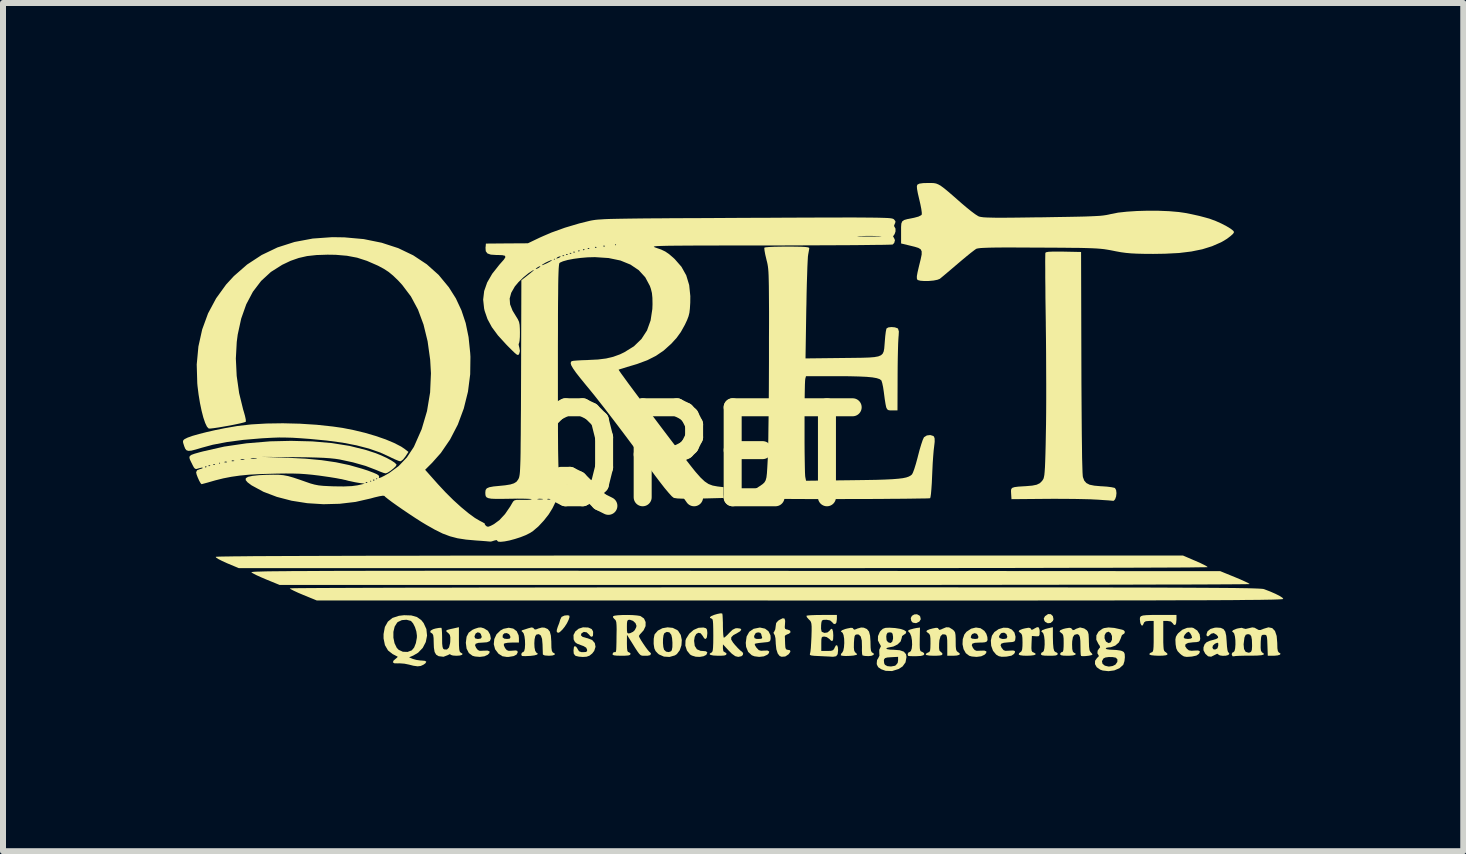
<source format=kicad_pcb>
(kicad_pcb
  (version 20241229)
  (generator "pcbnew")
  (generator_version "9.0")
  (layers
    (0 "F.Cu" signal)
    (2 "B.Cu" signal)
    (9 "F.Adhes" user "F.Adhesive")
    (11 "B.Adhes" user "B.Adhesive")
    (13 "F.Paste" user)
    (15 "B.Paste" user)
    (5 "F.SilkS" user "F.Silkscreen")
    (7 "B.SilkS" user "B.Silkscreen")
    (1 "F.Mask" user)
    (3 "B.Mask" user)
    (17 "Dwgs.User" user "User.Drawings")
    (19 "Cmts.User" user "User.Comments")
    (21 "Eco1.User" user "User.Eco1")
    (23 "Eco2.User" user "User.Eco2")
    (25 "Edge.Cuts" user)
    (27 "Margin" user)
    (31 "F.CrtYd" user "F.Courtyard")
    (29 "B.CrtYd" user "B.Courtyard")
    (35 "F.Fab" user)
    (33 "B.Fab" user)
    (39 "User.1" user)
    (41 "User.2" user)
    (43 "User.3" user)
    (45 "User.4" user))
  (footprint "QRET"
    (layer "F.Cu")
    (at 8.519 4.56)
    (property "Reference" "QRET" (at 0 0 0) (layer "F.SilkS") (effects (font (size 1.5 1.5) (thickness 0.3))))
    (attr board_only exclude_from_pos_files exclude_from_bom)
    (fp_poly (pts (xy 3.756 2.65) (xy 3.768 2.665) (xy 3.778 2.711) (xy 3.754 2.751) (xy 3.705 2.775) (xy 3.694 2.776) (xy 3.645 2.768) (xy 3.62 2.74) (xy 3.611 2.692) (xy 3.631 2.654) (xy 3.67 2.631) (xy 3.715 2.628)) (stroke (width 0) (type solid)) (fill yes) (layer "F.SilkS"))
    (fp_poly (pts (xy 5.946 2.627) (xy 5.98 2.66) (xy 5.99 2.711) (xy 5.98 2.74) (xy 5.943 2.773) (xy 5.895 2.778) (xy 5.852 2.755) (xy 5.839 2.738) (xy 5.828 2.699) (xy 5.848 2.662) (xy 5.852 2.658) (xy 5.9 2.625)) (stroke (width 0) (type solid)) (fill yes) (layer "F.SilkS"))
    (fp_poly (pts (xy -2.081 2.65) (xy -2.076 2.674) (xy -2.091 2.72) (xy -2.119 2.778) (xy -2.157 2.837) (xy -2.196 2.885) (xy -2.24 2.927) (xy -2.268 2.938) (xy -2.288 2.923) (xy -2.289 2.921) (xy -2.289 2.892) (xy -2.275 2.845) (xy -2.272 2.836) (xy -2.248 2.775) (xy -2.231 2.718) (xy -2.231 2.717) (xy -2.209 2.672) (xy -2.161 2.65) (xy -2.112 2.645)) (stroke (width 0) (type solid)) (fill yes) (layer "F.SilkS"))
    (fp_poly (pts (xy 5.98 3.007) (xy 5.983 3.119) (xy 5.99 3.195) (xy 6.003 3.24) (xy 6.024 3.259) (xy 6.032 3.26) (xy 6.057 3.276) (xy 6.06 3.29) (xy 6.052 3.306) (xy 6.022 3.316) (xy 5.964 3.32) (xy 5.92 3.32) (xy 5.844 3.318) (xy 5.8 3.312) (xy 5.782 3.299) (xy 5.78 3.29) (xy 5.796 3.263) (xy 5.81 3.26) (xy 5.827 3.242) (xy 5.838 3.196) (xy 5.843 3.133) (xy 5.842 3.063) (xy 5.835 2.999) (xy 5.822 2.951) (xy 5.807 2.931) (xy 5.786 2.914) (xy 5.802 2.894) (xy 5.853 2.874) (xy 5.895 2.863) (xy 5.98 2.844)) (stroke (width 0) (type solid)) (fill yes) (layer "F.SilkS"))
    (fp_poly (pts (xy 3.761 3.047) (xy 3.76 3.137) (xy 3.762 3.195) (xy 3.768 3.229) (xy 3.779 3.246) (xy 3.798 3.254) (xy 3.8 3.254) (xy 3.831 3.274) (xy 3.836 3.295) (xy 3.821 3.312) (xy 3.779 3.323) (xy 3.705 3.327) (xy 3.703 3.327) (xy 3.636 3.327) (xy 3.587 3.325) (xy 3.568 3.322) (xy 3.559 3.292) (xy 3.573 3.265) (xy 3.588 3.26) (xy 3.613 3.242) (xy 3.628 3.197) (xy 3.634 3.133) (xy 3.631 3.064) (xy 3.62 2.998) (xy 3.599 2.946) (xy 3.582 2.926) (xy 3.564 2.908) (xy 3.577 2.893) (xy 3.601 2.883) (xy 3.663 2.866) (xy 3.709 2.857) (xy 3.765 2.85)) (stroke (width 0) (type solid)) (fill yes) (layer "F.SilkS"))
    (fp_poly (pts (xy 0.163 2.851) (xy 0.199 2.862) (xy 0.215 2.885) (xy 0.22 2.932) (xy 0.22 2.952) (xy 0.213 3.013) (xy 0.195 3.04) (xy 0.169 3.031) (xy 0.144 2.99) (xy 0.11 2.946) (xy 0.072 2.937) (xy 0.036 2.957) (xy 0.01 3.004) (xy 0 3.07) (xy 0.011 3.156) (xy 0.047 3.212) (xy 0.108 3.238) (xy 0.141 3.24) (xy 0.197 3.245) (xy 0.219 3.263) (xy 0.22 3.269) (xy 0.203 3.305) (xy 0.157 3.328) (xy 0.095 3.339) (xy 0.027 3.336) (xy -0.036 3.317) (xy -0.067 3.299) (xy -0.119 3.234) (xy -0.146 3.151) (xy -0.143 3.066) (xy -0.133 3.036) (xy -0.081 2.953) (xy -0.009 2.89) (xy 0.073 2.854) (xy 0.156 2.849)) (stroke (width 0) (type solid)) (fill yes) (layer "F.SilkS"))
    (fp_poly (pts (xy 1.507 2.7) (xy 1.518 2.738) (xy 1.515 2.792) (xy 1.511 2.846) (xy 1.518 2.872) (xy 1.542 2.882) (xy 1.558 2.884) (xy 1.599 2.9) (xy 1.608 2.927) (xy 1.582 2.952) (xy 1.56 2.96) (xy 1.523 2.977) (xy 1.512 2.996) (xy 1.514 3.029) (xy 1.516 3.086) (xy 1.517 3.12) (xy 1.521 3.181) (xy 1.532 3.211) (xy 1.553 3.22) (xy 1.557 3.22) (xy 1.599 3.228) (xy 1.605 3.253) (xy 1.577 3.294) (xy 1.52 3.332) (xy 1.459 3.337) (xy 1.426 3.324) (xy 1.394 3.283) (xy 1.371 3.212) (xy 1.361 3.12) (xy 1.36 3.093) (xy 1.356 3.028) (xy 1.345 2.979) (xy 1.336 2.964) (xy 1.322 2.937) (xy 1.336 2.916) (xy 1.353 2.88) (xy 1.36 2.827) (xy 1.36 2.826) (xy 1.368 2.774) (xy 1.4 2.737) (xy 1.424 2.721) (xy 1.477 2.695)) (stroke (width 0) (type solid)) (fill yes) (layer "F.SilkS"))
    (fp_poly (pts (xy -0.356 2.855) (xy -0.281 2.892) (xy -0.265 2.906) (xy -0.222 2.974) (xy -0.205 3.058) (xy -0.211 3.146) (xy -0.239 3.228) (xy -0.287 3.292) (xy -0.32 3.314) (xy -0.41 3.34) (xy -0.503 3.334) (xy -0.585 3.298) (xy -0.603 3.283) (xy -0.642 3.242) (xy -0.663 3.196) (xy -0.673 3.13) (xy -0.674 3.118) (xy -0.674 3.109) (xy -0.519 3.109) (xy -0.513 3.174) (xy -0.5 3.221) (xy -0.499 3.221) (xy -0.467 3.251) (xy -0.423 3.259) (xy -0.384 3.245) (xy -0.372 3.228) (xy -0.362 3.175) (xy -0.361 3.102) (xy -0.367 3.027) (xy -0.38 2.971) (xy -0.412 2.93) (xy -0.456 2.922) (xy -0.496 2.944) (xy -0.51 2.979) (xy -0.518 3.039) (xy -0.519 3.109) (xy -0.674 3.109) (xy -0.673 3.036) (xy -0.661 2.972) (xy -0.656 2.96) (xy -0.603 2.9) (xy -0.528 2.861) (xy -0.442 2.846)) (stroke (width 0) (type solid)) (fill yes) (layer "F.SilkS"))
    (fp_poly (pts (xy 5.746 2.849) (xy 5.759 2.891) (xy 5.76 2.92) (xy 5.758 2.971) (xy 5.746 2.993) (xy 5.714 2.996) (xy 5.695 2.995) (xy 5.63 2.99) (xy 5.624 3.122) (xy 5.622 3.194) (xy 5.626 3.235) (xy 5.638 3.256) (xy 5.66 3.266) (xy 5.661 3.266) (xy 5.69 3.283) (xy 5.691 3.299) (xy 5.665 3.31) (xy 5.613 3.317) (xy 5.548 3.32) (xy 5.483 3.318) (xy 5.433 3.311) (xy 5.411 3.301) (xy 5.416 3.278) (xy 5.436 3.262) (xy 5.457 3.245) (xy 5.468 3.213) (xy 5.473 3.158) (xy 5.474 3.1) (xy 5.472 3.023) (xy 5.466 2.976) (xy 5.452 2.95) (xy 5.435 2.937) (xy 5.41 2.915) (xy 5.423 2.894) (xy 5.475 2.873) (xy 5.516 2.863) (xy 5.573 2.853) (xy 5.603 2.858) (xy 5.613 2.872) (xy 5.627 2.889) (xy 5.652 2.879) (xy 5.666 2.87) (xy 5.717 2.843)) (stroke (width 0) (type solid)) (fill yes) (layer "F.SilkS"))
    (fp_poly (pts (xy -3.015 2.867) (xy -2.957 2.91) (xy -2.925 2.979) (xy -2.92 3.023) (xy -2.92 3.1) (xy -3.039 3.1) (xy -3.104 3.103) (xy -3.153 3.112) (xy -3.171 3.121) (xy -3.17 3.151) (xy -3.15 3.193) (xy -3.15 3.193) (xy -3.123 3.225) (xy -3.091 3.238) (xy -3.038 3.236) (xy -3.028 3.235) (xy -2.973 3.231) (xy -2.947 3.238) (xy -2.94 3.258) (xy -2.94 3.263) (xy -2.959 3.3) (xy -3.01 3.326) (xy -3.089 3.339) (xy -3.121 3.34) (xy -3.195 3.328) (xy -3.26 3.286) (xy -3.262 3.284) (xy -3.317 3.211) (xy -3.339 3.127) (xy -3.33 3.041) (xy -3.317 3.013) (xy -3.192 3.013) (xy -3.163 3.035) (xy -3.117 3.04) (xy -3.075 3.035) (xy -3.062 3.016) (xy -3.064 2.995) (xy -3.084 2.96) (xy -3.122 2.942) (xy -3.162 2.946) (xy -3.188 2.971) (xy -3.192 3.013) (xy -3.317 3.013) (xy -3.293 2.962) (xy -3.227 2.898) (xy -3.178 2.871) (xy -3.09 2.853)) (stroke (width 0) (type solid)) (fill yes) (layer "F.SilkS"))
    (fp_poly (pts (xy 4.774 2.861) (xy 4.838 2.905) (xy 4.87 2.952) (xy 4.888 3.008) (xy 4.891 3.055) (xy 4.89 3.061) (xy 4.877 3.083) (xy 4.848 3.095) (xy 4.795 3.1) (xy 4.76 3.1) (xy 4.681 3.104) (xy 4.638 3.118) (xy 4.628 3.145) (xy 4.647 3.188) (xy 4.65 3.193) (xy 4.677 3.225) (xy 4.709 3.238) (xy 4.762 3.236) (xy 4.772 3.235) (xy 4.839 3.234) (xy 4.872 3.247) (xy 4.869 3.274) (xy 4.841 3.303) (xy 4.785 3.329) (xy 4.708 3.339) (xy 4.628 3.332) (xy 4.586 3.32) (xy 4.529 3.277) (xy 4.491 3.209) (xy 4.474 3.128) (xy 4.478 3.043) (xy 4.488 3.014) (xy 4.61 3.014) (xy 4.63 3.034) (xy 4.684 3.04) (xy 4.685 3.04) (xy 4.726 3.035) (xy 4.738 3.014) (xy 4.736 2.995) (xy 4.715 2.956) (xy 4.677 2.943) (xy 4.638 2.957) (xy 4.622 2.976) (xy 4.61 3.014) (xy 4.488 3.014) (xy 4.504 2.966) (xy 4.539 2.921) (xy 4.617 2.869) (xy 4.698 2.849)) (stroke (width 0) (type solid)) (fill yes) (layer "F.SilkS"))
    (fp_poly (pts (xy 8.04 2.719) (xy 8.034 2.779) (xy 8.018 2.809) (xy 7.996 2.803) (xy 7.98 2.781) (xy 7.947 2.749) (xy 7.889 2.74) (xy 7.82 2.74) (xy 7.82 2.989) (xy 7.82 3.094) (xy 7.823 3.165) (xy 7.827 3.211) (xy 7.836 3.238) (xy 7.85 3.254) (xy 7.861 3.26) (xy 7.888 3.284) (xy 7.889 3.301) (xy 7.864 3.312) (xy 7.811 3.318) (xy 7.745 3.32) (xy 7.677 3.317) (xy 7.622 3.311) (xy 7.591 3.301) (xy 7.589 3.299) (xy 7.595 3.278) (xy 7.618 3.266) (xy 7.635 3.26) (xy 7.647 3.246) (xy 7.654 3.218) (xy 7.658 3.17) (xy 7.66 3.094) (xy 7.66 2.998) (xy 7.66 2.74) (xy 7.582 2.74) (xy 7.528 2.745) (xy 7.501 2.763) (xy 7.494 2.78) (xy 7.477 2.815) (xy 7.457 2.814) (xy 7.439 2.778) (xy 7.435 2.755) (xy 7.43 2.712) (xy 7.432 2.682) (xy 7.447 2.661) (xy 7.481 2.649) (xy 7.538 2.643) (xy 7.625 2.64) (xy 7.742 2.64) (xy 8.04 2.64)) (stroke (width 0) (type solid)) (fill yes) (layer "F.SilkS"))
    (fp_poly (pts (xy -3.508 2.861) (xy -3.495 2.867) (xy -3.436 2.904) (xy -3.402 2.964) (xy -3.4 2.969) (xy -3.388 3.033) (xy -3.404 3.074) (xy -3.452 3.095) (xy -3.517 3.1) (xy -3.597 3.105) (xy -3.641 3.12) (xy -3.651 3.147) (xy -3.632 3.19) (xy -3.631 3.191) (xy -3.604 3.224) (xy -3.573 3.238) (xy -3.521 3.236) (xy -3.508 3.235) (xy -3.441 3.234) (xy -3.408 3.247) (xy -3.411 3.274) (xy -3.439 3.303) (xy -3.495 3.329) (xy -3.572 3.339) (xy -3.652 3.332) (xy -3.694 3.32) (xy -3.754 3.275) (xy -3.792 3.201) (xy -3.805 3.103) (xy -3.804 3.097) (xy -3.792 3.002) (xy -3.66 3.002) (xy -3.649 3.03) (xy -3.611 3.04) (xy -3.6 3.04) (xy -3.556 3.033) (xy -3.54 3.01) (xy -3.54 3.002) (xy -3.555 2.958) (xy -3.57 2.94) (xy -3.607 2.929) (xy -3.641 2.949) (xy -3.659 2.991) (xy -3.66 3.002) (xy -3.792 3.002) (xy -3.792 3.002) (xy -3.757 2.935) (xy -3.693 2.887) (xy -3.654 2.87) (xy -3.595 2.851) (xy -3.553 2.848)) (stroke (width 0) (type solid)) (fill yes) (layer "F.SilkS"))
    (fp_poly (pts (xy -1.77 2.849) (xy -1.755 2.853) (xy -1.707 2.875) (xy -1.686 2.911) (xy -1.683 2.928) (xy -1.685 2.983) (xy -1.702 3.005) (xy -1.73 2.994) (xy -1.747 2.971) (xy -1.79 2.93) (xy -1.838 2.922) (xy -1.878 2.947) (xy -1.887 2.979) (xy -1.857 3.006) (xy -1.787 3.026) (xy -1.776 3.028) (xy -1.7 3.057) (xy -1.655 3.108) (xy -1.643 3.171) (xy -1.665 3.239) (xy -1.698 3.282) (xy -1.744 3.319) (xy -1.793 3.336) (xy -1.855 3.34) (xy -1.919 3.335) (xy -1.97 3.323) (xy -1.984 3.315) (xy -2.006 3.284) (xy -2.01 3.231) (xy -2.003 3.175) (xy -1.989 3.159) (xy -1.965 3.171) (xy -1.942 3.205) (xy -1.94 3.21) (xy -1.918 3.245) (xy -1.88 3.259) (xy -1.849 3.26) (xy -1.802 3.257) (xy -1.783 3.242) (xy -1.784 3.217) (xy -1.799 3.185) (xy -1.842 3.159) (xy -1.889 3.142) (xy -1.951 3.118) (xy -1.985 3.092) (xy -2.005 3.054) (xy -2.008 3.044) (xy -2.01 2.974) (xy -1.979 2.914) (xy -1.924 2.869) (xy -1.852 2.846)) (stroke (width 0) (type solid)) (fill yes) (layer "F.SilkS"))
    (fp_poly (pts (xy 1.182 2.868) (xy 1.241 2.913) (xy 1.273 2.978) (xy 1.276 3.027) (xy 1.271 3.062) (xy 1.257 3.082) (xy 1.225 3.092) (xy 1.165 3.098) (xy 1.147 3.1) (xy 1.08 3.107) (xy 1.031 3.115) (xy 1.011 3.122) (xy 1.014 3.144) (xy 1.037 3.182) (xy 1.043 3.189) (xy 1.078 3.226) (xy 1.117 3.237) (xy 1.163 3.234) (xy 1.224 3.233) (xy 1.253 3.249) (xy 1.246 3.277) (xy 1.221 3.303) (xy 1.162 3.33) (xy 1.085 3.339) (xy 1.006 3.329) (xy 0.962 3.312) (xy 0.901 3.256) (xy 0.867 3.172) (xy 0.861 3.104) (xy 0.875 3.002) (xy 1 3.002) (xy 1.009 3.028) (xy 1.041 3.039) (xy 1.072 3.04) (xy 1.119 3.037) (xy 1.135 3.023) (xy 1.132 3.008) (xy 1.121 2.972) (xy 1.12 2.961) (xy 1.104 2.938) (xy 1.068 2.93) (xy 1.032 2.939) (xy 1.027 2.942) (xy 1.004 2.981) (xy 1 3.002) (xy 0.875 3.002) (xy 0.875 3) (xy 0.919 2.921) (xy 0.991 2.871) (xy 1.088 2.851) (xy 1.104 2.851)) (stroke (width 0) (type solid)) (fill yes) (layer "F.SilkS"))
    (fp_poly (pts (xy 5.232 2.855) (xy 5.295 2.883) (xy 5.339 2.932) (xy 5.357 3) (xy 5.356 3.023) (xy 5.351 3.061) (xy 5.337 3.082) (xy 5.304 3.091) (xy 5.242 3.096) (xy 5.24 3.096) (xy 5.161 3.104) (xy 5.119 3.119) (xy 5.108 3.145) (xy 5.124 3.184) (xy 5.129 3.191) (xy 5.156 3.225) (xy 5.187 3.238) (xy 5.24 3.236) (xy 5.252 3.235) (xy 5.318 3.232) (xy 5.348 3.242) (xy 5.346 3.269) (xy 5.332 3.29) (xy 5.291 3.318) (xy 5.215 3.333) (xy 5.198 3.335) (xy 5.127 3.337) (xy 5.079 3.327) (xy 5.037 3.302) (xy 5.035 3.301) (xy 4.982 3.237) (xy 4.952 3.154) (xy 4.946 3.066) (xy 4.962 2.994) (xy 5.082 2.994) (xy 5.09 3.024) (xy 5.134 3.039) (xy 5.163 3.04) (xy 5.206 3.033) (xy 5.22 3.007) (xy 5.22 3.001) (xy 5.205 2.958) (xy 5.168 2.935) (xy 5.126 2.94) (xy 5.111 2.951) (xy 5.082 2.994) (xy 4.962 2.994) (xy 4.965 2.984) (xy 5.005 2.925) (xy 5.079 2.874) (xy 5.157 2.852)) (stroke (width 0) (type solid)) (fill yes) (layer "F.SilkS"))
    (fp_poly (pts (xy 8.324 2.858) (xy 8.387 2.9) (xy 8.427 2.964) (xy 8.436 3.034) (xy 8.43 3.065) (xy 8.414 3.083) (xy 8.378 3.092) (xy 8.314 3.096) (xy 8.233 3.106) (xy 8.191 3.128) (xy 8.185 3.161) (xy 8.213 3.203) (xy 8.247 3.23) (xy 8.292 3.237) (xy 8.335 3.234) (xy 8.4 3.232) (xy 8.429 3.243) (xy 8.425 3.271) (xy 8.412 3.29) (xy 8.372 3.317) (xy 8.298 3.333) (xy 8.276 3.335) (xy 8.209 3.339) (xy 8.164 3.331) (xy 8.126 3.308) (xy 8.1 3.286) (xy 8.059 3.243) (xy 8.037 3.197) (xy 8.026 3.132) (xy 8.025 3.117) (xy 8.022 3.049) (xy 8.029 3.011) (xy 8.16 3.011) (xy 8.177 3.033) (xy 8.23 3.04) (xy 8.276 3.035) (xy 8.299 3.021) (xy 8.3 3.019) (xy 8.29 2.981) (xy 8.268 2.943) (xy 8.245 2.921) (xy 8.241 2.92) (xy 8.209 2.936) (xy 8.177 2.971) (xy 8.16 3.008) (xy 8.16 3.011) (xy 8.029 3.011) (xy 8.03 3.004) (xy 8.054 2.963) (xy 8.069 2.944) (xy 8.138 2.886) (xy 8.218 2.854) (xy 8.297 2.85)) (stroke (width 0) (type solid)) (fill yes) (layer "F.SilkS"))
    (fp_poly (pts (xy -3.92 3.05) (xy -3.919 3.147) (xy -3.915 3.211) (xy -3.907 3.248) (xy -3.894 3.265) (xy -3.89 3.267) (xy -3.86 3.286) (xy -3.866 3.304) (xy -3.904 3.316) (xy -3.96 3.32) (xy -4.019 3.316) (xy -4.054 3.306) (xy -4.06 3.299) (xy -4.073 3.293) (xy -4.104 3.309) (xy -4.177 3.337) (xy -4.258 3.327) (xy -4.26 3.326) (xy -4.3 3.301) (xy -4.325 3.257) (xy -4.337 3.185) (xy -4.34 3.106) (xy -4.342 3.024) (xy -4.349 2.975) (xy -4.363 2.951) (xy -4.37 2.947) (xy -4.399 2.926) (xy -4.391 2.901) (xy -4.351 2.878) (xy -4.31 2.866) (xy -4.255 2.856) (xy -4.218 2.854) (xy -4.21 2.856) (xy -4.206 2.88) (xy -4.202 2.933) (xy -4.2 3.007) (xy -4.2 3.034) (xy -4.199 3.119) (xy -4.193 3.172) (xy -4.183 3.201) (xy -4.167 3.214) (xy -4.119 3.216) (xy -4.085 3.182) (xy -4.067 3.111) (xy -4.064 3.079) (xy -4.063 3.013) (xy -4.071 2.973) (xy -4.093 2.946) (xy -4.104 2.937) (xy -4.128 2.916) (xy -4.132 2.901) (xy -4.11 2.888) (xy -4.056 2.874) (xy -4.005 2.863) (xy -3.92 2.844)) (stroke (width 0) (type solid)) (fill yes) (layer "F.SilkS"))
    (fp_poly (pts (xy 8.778 2.855) (xy 8.824 2.876) (xy 8.853 2.917) (xy 8.869 2.986) (xy 8.877 3.089) (xy 8.877 3.091) (xy 8.882 3.167) (xy 8.89 3.226) (xy 8.899 3.257) (xy 8.902 3.26) (xy 8.918 3.276) (xy 8.92 3.29) (xy 8.903 3.308) (xy 8.861 3.319) (xy 8.81 3.321) (xy 8.763 3.314) (xy 8.737 3.299) (xy 8.735 3.296) (xy 8.719 3.286) (xy 8.681 3.305) (xy 8.679 3.306) (xy 8.618 3.336) (xy 8.567 3.329) (xy 8.52 3.286) (xy 8.49 3.228) (xy 8.49 3.186) (xy 8.639 3.186) (xy 8.655 3.212) (xy 8.685 3.216) (xy 8.722 3.197) (xy 8.736 3.155) (xy 8.737 3.113) (xy 8.721 3.102) (xy 8.68 3.12) (xy 8.679 3.121) (xy 8.647 3.151) (xy 8.639 3.186) (xy 8.49 3.186) (xy 8.49 3.181) (xy 8.509 3.129) (xy 8.541 3.095) (xy 8.595 3.071) (xy 8.641 3.058) (xy 8.705 3.039) (xy 8.734 3.021) (xy 8.732 2.999) (xy 8.709 2.971) (xy 8.661 2.942) (xy 8.617 2.953) (xy 8.6 2.97) (xy 8.567 2.997) (xy 8.545 2.99) (xy 8.54 2.963) (xy 8.558 2.912) (xy 8.607 2.873) (xy 8.679 2.852) (xy 8.711 2.85)) (stroke (width 0) (type solid)) (fill yes) (layer "F.SilkS"))
    (fp_poly (pts (xy -6.571 -0.548) (xy -6.29 -0.53) (xy -6.021 -0.501) (xy -5.86 -0.478) (xy -5.673 -0.441) (xy -5.486 -0.396) (xy -5.306 -0.343) (xy -5.141 -0.286) (xy -4.998 -0.226) (xy -4.882 -0.166) (xy -4.827 -0.129) (xy -4.761 -0.078) (xy -4.813 0.001) (xy -4.85 0.048) (xy -4.885 0.075) (xy -4.898 0.079) (xy -4.93 0.07) (xy -4.987 0.046) (xy -5.056 0.014) (xy -5.064 0.009) (xy -5.233 -0.068) (xy -5.419 -0.133) (xy -5.627 -0.187) (xy -5.86 -0.232) (xy -6.124 -0.267) (xy -6.405 -0.294) (xy -6.565 -0.306) (xy -6.696 -0.314) (xy -6.81 -0.317) (xy -6.917 -0.318) (xy -7.03 -0.314) (xy -7.158 -0.307) (xy -7.21 -0.304) (xy -7.517 -0.278) (xy -7.787 -0.242) (xy -8.023 -0.197) (xy -8.2 -0.149) (xy -8.305 -0.118) (xy -8.379 -0.099) (xy -8.428 -0.095) (xy -8.46 -0.105) (xy -8.481 -0.13) (xy -8.498 -0.171) (xy -8.5 -0.177) (xy -8.517 -0.231) (xy -8.519 -0.261) (xy -8.504 -0.282) (xy -8.49 -0.292) (xy -8.442 -0.316) (xy -8.361 -0.345) (xy -8.252 -0.376) (xy -8.122 -0.409) (xy -7.977 -0.442) (xy -7.824 -0.473) (xy -7.668 -0.5) (xy -7.61 -0.51) (xy -7.383 -0.536) (xy -7.127 -0.551) (xy -6.853 -0.555)) (stroke (width 0) (type solid)) (fill yes) (layer "F.SilkS"))
    (fp_poly (pts (xy 8.355 1.738) (xy 8.437 1.774) (xy 8.504 1.807) (xy 8.547 1.831) (xy 8.56 1.843) (xy 8.54 1.844) (xy 8.482 1.845) (xy 8.386 1.846) (xy 8.254 1.848) (xy 8.087 1.849) (xy 7.886 1.85) (xy 7.653 1.851) (xy 7.389 1.852) (xy 7.095 1.853) (xy 6.772 1.854) (xy 6.423 1.854) (xy 6.047 1.855) (xy 5.647 1.856) (xy 5.223 1.857) (xy 4.777 1.857) (xy 4.31 1.858) (xy 3.823 1.858) (xy 3.318 1.858) (xy 2.797 1.859) (xy 2.259 1.859) (xy 1.707 1.859) (xy 1.141 1.859) (xy 0.564 1.859) (xy 0.485 1.859) (xy -7.59 1.859) (xy -7.786 1.777) (xy -7.865 1.741) (xy -7.928 1.709) (xy -7.966 1.684) (xy -7.974 1.672) (xy -7.962 1.67) (xy -7.925 1.668) (xy -7.863 1.666) (xy -7.776 1.665) (xy -7.663 1.663) (xy -7.523 1.662) (xy -7.355 1.66) (xy -7.158 1.659) (xy -6.933 1.658) (xy -6.678 1.657) (xy -6.392 1.656) (xy -6.075 1.655) (xy -5.727 1.654) (xy -5.346 1.653) (xy -4.931 1.653) (xy -4.483 1.652) (xy -3.999 1.651) (xy -3.481 1.651) (xy -2.926 1.651) (xy -2.335 1.65) (xy -1.706 1.65) (xy -1.039 1.65) (xy -0.333 1.65) (xy 0.092 1.65) (xy 8.15 1.65)) (stroke (width 0) (type solid)) (fill yes) (layer "F.SilkS"))
    (fp_poly (pts (xy -2.682 2.854) (xy -2.672 2.866) (xy -2.654 2.883) (xy -2.625 2.878) (xy -2.598 2.866) (xy -2.536 2.849) (xy -2.491 2.852) (xy -2.439 2.875) (xy -2.405 2.917) (xy -2.387 2.985) (xy -2.38 3.085) (xy -2.38 3.102) (xy -2.378 3.186) (xy -2.371 3.236) (xy -2.358 3.262) (xy -2.35 3.267) (xy -2.32 3.286) (xy -2.326 3.304) (xy -2.364 3.316) (xy -2.42 3.32) (xy -2.489 3.315) (xy -2.519 3.301) (xy -2.521 3.295) (xy -2.522 3.263) (xy -2.524 3.205) (xy -2.526 3.132) (xy -2.534 3.039) (xy -2.554 2.983) (xy -2.587 2.96) (xy -2.627 2.966) (xy -2.647 2.993) (xy -2.659 3.046) (xy -2.663 3.112) (xy -2.66 3.18) (xy -2.649 3.236) (xy -2.63 3.267) (xy -2.627 3.269) (xy -2.604 3.285) (xy -2.617 3.301) (xy -2.662 3.314) (xy -2.735 3.323) (xy -2.747 3.323) (xy -2.811 3.326) (xy -2.856 3.325) (xy -2.872 3.322) (xy -2.881 3.292) (xy -2.866 3.265) (xy -2.85 3.26) (xy -2.832 3.242) (xy -2.821 3.196) (xy -2.817 3.132) (xy -2.819 3.063) (xy -2.827 2.997) (xy -2.841 2.948) (xy -2.855 2.929) (xy -2.878 2.907) (xy -2.867 2.896) (xy -2.86 2.893) (xy -2.821 2.881) (xy -2.767 2.863) (xy -2.76 2.861) (xy -2.71 2.848)) (stroke (width 0) (type solid)) (fill yes) (layer "F.SilkS"))
    (fp_poly (pts (xy 2.829 2.852) (xy 2.881 2.875) (xy 2.915 2.917) (xy 2.933 2.985) (xy 2.94 3.085) (xy 2.94 3.102) (xy 2.942 3.184) (xy 2.948 3.234) (xy 2.96 3.26) (xy 2.972 3.268) (xy 2.998 3.287) (xy 2.99 3.306) (xy 2.955 3.321) (xy 2.904 3.326) (xy 2.848 3.323) (xy 2.812 3.316) (xy 2.806 3.313) (xy 2.8 3.288) (xy 2.797 3.234) (xy 2.798 3.171) (xy 2.795 3.067) (xy 2.778 3) (xy 2.745 2.967) (xy 2.714 2.964) (xy 2.69 2.971) (xy 2.676 2.991) (xy 2.669 3.031) (xy 2.664 3.103) (xy 2.664 3.107) (xy 2.663 3.184) (xy 2.668 3.231) (xy 2.681 3.259) (xy 2.694 3.271) (xy 2.717 3.292) (xy 2.708 3.305) (xy 2.7 3.307) (xy 2.655 3.317) (xy 2.594 3.322) (xy 2.529 3.324) (xy 2.476 3.321) (xy 2.447 3.314) (xy 2.445 3.312) (xy 2.45 3.287) (xy 2.467 3.27) (xy 2.486 3.237) (xy 2.498 3.179) (xy 2.503 3.108) (xy 2.501 3.036) (xy 2.491 2.975) (xy 2.475 2.937) (xy 2.467 2.931) (xy 2.446 2.915) (xy 2.465 2.895) (xy 2.52 2.874) (xy 2.556 2.865) (xy 2.613 2.854) (xy 2.643 2.857) (xy 2.653 2.87) (xy 2.667 2.885) (xy 2.697 2.878) (xy 2.72 2.867) (xy 2.784 2.849)) (stroke (width 0) (type solid)) (fill yes) (layer "F.SilkS"))
    (fp_poly (pts (xy 4.251 2.847) (xy 4.302 2.878) (xy 4.307 2.881) (xy 4.334 2.905) (xy 4.35 2.933) (xy 4.357 2.974) (xy 4.36 3.039) (xy 4.36 3.081) (xy 4.361 3.162) (xy 4.366 3.212) (xy 4.377 3.241) (xy 4.396 3.258) (xy 4.401 3.26) (xy 4.43 3.285) (xy 4.422 3.304) (xy 4.38 3.316) (xy 4.319 3.32) (xy 4.22 3.32) (xy 4.22 3.149) (xy 4.219 3.063) (xy 4.214 3.009) (xy 4.204 2.979) (xy 4.187 2.966) (xy 4.141 2.962) (xy 4.108 2.993) (xy 4.089 3.059) (xy 4.084 3.117) (xy 4.083 3.19) (xy 4.089 3.231) (xy 4.105 3.25) (xy 4.109 3.252) (xy 4.136 3.277) (xy 4.14 3.292) (xy 4.13 3.308) (xy 4.094 3.316) (xy 4.028 3.32) (xy 4 3.32) (xy 3.92 3.317) (xy 3.872 3.308) (xy 3.86 3.298) (xy 3.877 3.276) (xy 3.9 3.266) (xy 3.921 3.256) (xy 3.933 3.234) (xy 3.938 3.191) (xy 3.94 3.118) (xy 3.94 3.108) (xy 3.939 3.031) (xy 3.933 2.983) (xy 3.92 2.956) (xy 3.899 2.939) (xy 3.898 2.939) (xy 3.872 2.918) (xy 3.88 2.898) (xy 3.924 2.879) (xy 3.976 2.865) (xy 4.033 2.854) (xy 4.062 2.857) (xy 4.073 2.871) (xy 4.086 2.888) (xy 4.113 2.883) (xy 4.141 2.87) (xy 4.202 2.845)) (stroke (width 0) (type solid)) (fill yes) (layer "F.SilkS"))
    (fp_poly (pts (xy 6.502 2.865) (xy 6.545 2.895) (xy 6.564 2.921) (xy 6.575 2.963) (xy 6.579 3.03) (xy 6.58 3.081) (xy 6.583 3.17) (xy 6.591 3.227) (xy 6.607 3.258) (xy 6.61 3.26) (xy 6.635 3.288) (xy 6.64 3.3) (xy 6.622 3.31) (xy 6.58 3.319) (xy 6.527 3.325) (xy 6.479 3.327) (xy 6.45 3.323) (xy 6.449 3.322) (xy 6.444 3.299) (xy 6.441 3.247) (xy 6.44 3.177) (xy 6.44 3.168) (xy 6.438 3.072) (xy 6.431 3.01) (xy 6.416 2.975) (xy 6.393 2.961) (xy 6.382 2.96) (xy 6.34 2.971) (xy 6.314 3.009) (xy 6.302 3.078) (xy 6.3 3.132) (xy 6.303 3.207) (xy 6.313 3.25) (xy 6.33 3.267) (xy 6.361 3.286) (xy 6.355 3.302) (xy 6.317 3.314) (xy 6.249 3.32) (xy 6.23 3.32) (xy 6.157 3.318) (xy 6.117 3.311) (xy 6.101 3.297) (xy 6.1 3.29) (xy 6.116 3.263) (xy 6.13 3.26) (xy 6.146 3.252) (xy 6.155 3.224) (xy 6.159 3.167) (xy 6.16 3.111) (xy 6.159 3.032) (xy 6.153 2.984) (xy 6.141 2.957) (xy 6.12 2.94) (xy 6.118 2.939) (xy 6.091 2.916) (xy 6.102 2.895) (xy 6.151 2.874) (xy 6.195 2.863) (xy 6.252 2.854) (xy 6.283 2.859) (xy 6.297 2.874) (xy 6.313 2.893) (xy 6.338 2.888) (xy 6.366 2.871) (xy 6.433 2.848)) (stroke (width 0) (type solid)) (fill yes) (layer "F.SilkS"))
    (fp_poly (pts (xy -3.114 1.903) (xy -2.633 1.903) (xy -2.119 1.903) (xy -1.569 1.904) (xy -0.983 1.904) (xy -0.36 1.904) (xy 0.301 1.905) (xy 0.681 1.905) (xy 8.77 1.91) (xy 9.015 2.01) (xy 9.106 2.048) (xy 9.181 2.082) (xy 9.235 2.108) (xy 9.259 2.123) (xy 9.26 2.125) (xy 9.24 2.126) (xy 9.182 2.127) (xy 9.086 2.128) (xy 8.954 2.129) (xy 8.788 2.13) (xy 8.588 2.131) (xy 8.356 2.132) (xy 8.094 2.133) (xy 7.802 2.133) (xy 7.482 2.134) (xy 7.135 2.135) (xy 6.764 2.136) (xy 6.368 2.136) (xy 5.949 2.137) (xy 5.509 2.137) (xy 5.049 2.138) (xy 4.57 2.138) (xy 4.074 2.139) (xy 3.562 2.139) (xy 3.036 2.139) (xy 2.496 2.139) (xy 1.943 2.14) (xy 1.381 2.14) (xy 1.175 2.14) (xy -6.91 2.139) (xy -7.13 2.049) (xy -7.219 2.011) (xy -7.296 1.976) (xy -7.352 1.947) (xy -7.379 1.93) (xy -7.378 1.927) (xy -7.37 1.925) (xy -7.354 1.922) (xy -7.328 1.92) (xy -7.292 1.918) (xy -7.244 1.917) (xy -7.183 1.915) (xy -7.108 1.913) (xy -7.018 1.912) (xy -6.912 1.911) (xy -6.789 1.91) (xy -6.647 1.908) (xy -6.486 1.908) (xy -6.305 1.907) (xy -6.101 1.906) (xy -5.875 1.905) (xy -5.625 1.905) (xy -5.351 1.904) (xy -5.05 1.904) (xy -4.721 1.904) (xy -4.365 1.903) (xy -3.979 1.903) (xy -3.562 1.903)) (stroke (width 0) (type solid)) (fill yes) (layer "F.SilkS"))
    (fp_poly (pts (xy 0.468 2.615) (xy 0.469 2.616) (xy 0.474 2.639) (xy 0.477 2.693) (xy 0.48 2.769) (xy 0.48 2.823) (xy 0.482 2.907) (xy 0.486 2.972) (xy 0.492 3.012) (xy 0.497 3.02) (xy 0.518 3.006) (xy 0.556 2.971) (xy 0.585 2.94) (xy 0.64 2.887) (xy 0.688 2.863) (xy 0.717 2.86) (xy 0.771 2.867) (xy 0.787 2.885) (xy 0.766 2.913) (xy 0.724 2.938) (xy 0.654 2.977) (xy 0.62 3.011) (xy 0.618 3.049) (xy 0.648 3.099) (xy 0.68 3.138) (xy 0.728 3.191) (xy 0.769 3.231) (xy 0.792 3.248) (xy 0.817 3.274) (xy 0.813 3.307) (xy 0.788 3.328) (xy 0.736 3.339) (xy 0.686 3.327) (xy 0.63 3.287) (xy 0.578 3.235) (xy 0.481 3.13) (xy 0.48 3.195) (xy 0.488 3.245) (xy 0.51 3.26) (xy 0.537 3.276) (xy 0.54 3.29) (xy 0.532 3.306) (xy 0.502 3.316) (xy 0.444 3.32) (xy 0.4 3.32) (xy 0.322 3.316) (xy 0.273 3.306) (xy 0.257 3.291) (xy 0.276 3.273) (xy 0.29 3.267) (xy 0.302 3.256) (xy 0.311 3.229) (xy 0.316 3.182) (xy 0.319 3.106) (xy 0.32 2.998) (xy 0.32 2.978) (xy 0.319 2.866) (xy 0.317 2.789) (xy 0.313 2.739) (xy 0.306 2.712) (xy 0.295 2.701) (xy 0.288 2.7) (xy 0.265 2.688) (xy 0.265 2.676) (xy 0.287 2.658) (xy 0.333 2.639) (xy 0.388 2.623) (xy 0.438 2.613)) (stroke (width 0) (type solid)) (fill yes) (layer "F.SilkS"))
    (fp_poly (pts (xy -4.713 2.648) (xy -4.62 2.674) (xy -4.548 2.725) (xy -4.508 2.775) (xy -4.462 2.876) (xy -4.451 2.984) (xy -4.472 3.091) (xy -4.523 3.189) (xy -4.6 3.269) (xy -4.68 3.316) (xy -4.75 3.346) (xy -4.69 3.372) (xy -4.63 3.389) (xy -4.558 3.399) (xy -4.545 3.399) (xy -4.485 3.405) (xy -4.463 3.42) (xy -4.479 3.446) (xy -4.509 3.468) (xy -4.556 3.49) (xy -4.609 3.496) (xy -4.68 3.486) (xy -4.75 3.468) (xy -4.828 3.452) (xy -4.908 3.446) (xy -4.935 3.447) (xy -4.995 3.446) (xy -5.021 3.429) (xy -5.009 3.4) (xy -4.976 3.372) (xy -4.947 3.347) (xy -4.941 3.335) (xy -4.963 3.324) (xy -5.007 3.301) (xy -5.025 3.292) (xy -5.102 3.231) (xy -5.153 3.143) (xy -5.176 3.031) (xy -5.176 3.019) (xy -5.012 3.019) (xy -4.993 3.111) (xy -4.956 3.188) (xy -4.924 3.221) (xy -4.855 3.253) (xy -4.776 3.256) (xy -4.706 3.23) (xy -4.705 3.229) (xy -4.666 3.182) (xy -4.637 3.108) (xy -4.621 3.019) (xy -4.62 2.985) (xy -4.629 2.916) (xy -4.652 2.843) (xy -4.684 2.78) (xy -4.718 2.741) (xy -4.721 2.739) (xy -4.793 2.72) (xy -4.871 2.726) (xy -4.937 2.757) (xy -4.949 2.767) (xy -4.991 2.834) (xy -5.012 2.922) (xy -5.012 3.019) (xy -5.176 3.019) (xy -5.176 2.959) (xy -5.154 2.84) (xy -5.104 2.751) (xy -5.027 2.689) (xy -4.92 2.654) (xy -4.834 2.644)) (stroke (width 0) (type solid)) (fill yes) (layer "F.SilkS"))
    (fp_poly (pts (xy 2.38 2.709) (xy 2.372 2.767) (xy 2.351 2.793) (xy 2.322 2.785) (xy 2.304 2.763) (xy 2.267 2.731) (xy 2.208 2.72) (xy 2.2 2.72) (xy 2.153 2.722) (xy 2.13 2.735) (xy 2.121 2.769) (xy 2.117 2.811) (xy 2.116 2.87) (xy 2.124 2.912) (xy 2.129 2.921) (xy 2.172 2.939) (xy 2.222 2.932) (xy 2.259 2.902) (xy 2.26 2.899) (xy 2.285 2.87) (xy 2.304 2.878) (xy 2.316 2.92) (xy 2.32 2.981) (xy 2.317 3.047) (xy 2.305 3.075) (xy 2.283 3.069) (xy 2.255 3.04) (xy 2.21 3.009) (xy 2.17 3) (xy 2.142 3.003) (xy 2.127 3.016) (xy 2.121 3.051) (xy 2.12 3.115) (xy 2.12 3.12) (xy 2.12 3.24) (xy 2.22 3.24) (xy 2.282 3.238) (xy 2.316 3.227) (xy 2.335 3.203) (xy 2.34 3.19) (xy 2.363 3.148) (xy 2.383 3.145) (xy 2.396 3.177) (xy 2.4 3.228) (xy 2.393 3.294) (xy 2.367 3.328) (xy 2.316 3.337) (xy 2.293 3.336) (xy 2.254 3.333) (xy 2.187 3.33) (xy 2.105 3.326) (xy 2.083 3.325) (xy 2.002 3.321) (xy 1.954 3.315) (xy 1.932 3.307) (xy 1.929 3.293) (xy 1.932 3.284) (xy 1.939 3.252) (xy 1.946 3.188) (xy 1.951 3.103) (xy 1.956 3.006) (xy 1.959 2.903) (xy 1.959 2.832) (xy 1.955 2.786) (xy 1.947 2.756) (xy 1.933 2.734) (xy 1.912 2.714) (xy 1.881 2.679) (xy 1.872 2.655) (xy 1.874 2.653) (xy 1.898 2.648) (xy 1.953 2.644) (xy 2.033 2.641) (xy 2.128 2.64) (xy 2.133 2.64) (xy 2.38 2.64)) (stroke (width 0) (type solid)) (fill yes) (layer "F.SilkS"))
    (fp_poly (pts (xy 3.253 2.852) (xy 3.351 2.858) (xy 3.436 2.872) (xy 3.499 2.892) (xy 3.533 2.916) (xy 3.536 2.923) (xy 3.524 2.953) (xy 3.501 2.966) (xy 3.467 2.992) (xy 3.46 3.025) (xy 3.442 3.082) (xy 3.392 3.131) (xy 3.322 3.166) (xy 3.282 3.174) (xy 3.223 3.186) (xy 3.202 3.199) (xy 3.217 3.21) (xy 3.265 3.218) (xy 3.326 3.22) (xy 3.428 3.228) (xy 3.496 3.252) (xy 3.532 3.294) (xy 3.54 3.34) (xy 3.524 3.43) (xy 3.475 3.498) (xy 3.411 3.54) (xy 3.299 3.575) (xy 3.192 3.571) (xy 3.12 3.545) (xy 3.069 3.511) (xy 3.047 3.469) (xy 3.044 3.448) (xy 3.049 3.396) (xy 3.163 3.396) (xy 3.168 3.445) (xy 3.181 3.471) (xy 3.221 3.493) (xy 3.281 3.499) (xy 3.343 3.488) (xy 3.361 3.479) (xy 3.393 3.44) (xy 3.4 3.398) (xy 3.4 3.338) (xy 3.285 3.344) (xy 3.219 3.349) (xy 3.184 3.359) (xy 3.168 3.377) (xy 3.163 3.396) (xy 3.049 3.396) (xy 3.049 3.392) (xy 3.068 3.362) (xy 3.089 3.319) (xy 3.087 3.278) (xy 3.086 3.222) (xy 3.1 3.19) (xy 3.114 3.16) (xy 3.098 3.129) (xy 3.093 3.123) (xy 3.064 3.064) (xy 3.065 2.999) (xy 3.203 2.999) (xy 3.208 3.061) (xy 3.232 3.094) (xy 3.273 3.108) (xy 3.302 3.087) (xy 3.316 3.037) (xy 3.316 3.002) (xy 3.308 2.953) (xy 3.289 2.933) (xy 3.26 2.93) (xy 3.225 2.936) (xy 3.209 2.963) (xy 3.203 2.999) (xy 3.065 2.999) (xy 3.065 2.993) (xy 3.095 2.923) (xy 3.108 2.906) (xy 3.145 2.871) (xy 3.188 2.855) (xy 3.252 2.852)) (stroke (width 0) (type solid)) (fill yes) (layer "F.SilkS"))
    (fp_poly (pts (xy 6.157 -3.416) (xy 6.45 -3.41) (xy 6.455 -1.572) (xy 6.456 -1.22) (xy 6.458 -0.902) (xy 6.46 -0.619) (xy 6.462 -0.37) (xy 6.465 -0.157) (xy 6.467 0.02) (xy 6.471 0.159) (xy 6.474 0.26) (xy 6.478 0.323) (xy 6.481 0.343) (xy 6.503 0.401) (xy 6.538 0.441) (xy 6.592 0.469) (xy 6.672 0.485) (xy 6.785 0.495) (xy 6.796 0.495) (xy 6.882 0.501) (xy 6.954 0.51) (xy 7.002 0.52) (xy 7.015 0.525) (xy 7.034 0.559) (xy 7.04 0.609) (xy 7.034 0.664) (xy 7.018 0.71) (xy 6.996 0.736) (xy 6.981 0.737) (xy 6.958 0.735) (xy 6.903 0.73) (xy 6.823 0.725) (xy 6.726 0.718) (xy 6.7 0.717) (xy 6.606 0.712) (xy 6.48 0.709) (xy 6.332 0.706) (xy 6.169 0.705) (xy 6.002 0.704) (xy 5.86 0.705) (xy 5.29 0.71) (xy 5.284 0.616) (xy 5.282 0.571) (xy 5.286 0.541) (xy 5.304 0.521) (xy 5.341 0.509) (xy 5.403 0.501) (xy 5.497 0.495) (xy 5.532 0.493) (xy 5.637 0.484) (xy 5.71 0.469) (xy 5.762 0.444) (xy 5.8 0.406) (xy 5.814 0.386) (xy 5.824 0.368) (xy 5.831 0.342) (xy 5.838 0.305) (xy 5.843 0.251) (xy 5.848 0.178) (xy 5.852 0.08) (xy 5.856 -0.046) (xy 5.86 -0.204) (xy 5.863 -0.378) (xy 5.866 -0.541) (xy 5.868 -0.737) (xy 5.869 -0.958) (xy 5.869 -1.198) (xy 5.868 -1.449) (xy 5.867 -1.704) (xy 5.865 -1.956) (xy 5.862 -2.197) (xy 5.862 -2.23) (xy 5.859 -2.44) (xy 5.856 -2.639) (xy 5.855 -2.822) (xy 5.853 -2.987) (xy 5.853 -3.128) (xy 5.852 -3.244) (xy 5.853 -3.329) (xy 5.854 -3.381) (xy 5.855 -3.396) (xy 5.869 -3.406) (xy 5.905 -3.413) (xy 5.967 -3.416) (xy 6.061 -3.417)) (stroke (width 0) (type solid)) (fill yes) (layer "F.SilkS"))
    (fp_poly (pts (xy 7.004 2.856) (xy 7.129 2.884) (xy 7.155 2.892) (xy 7.177 2.912) (xy 7.177 2.941) (xy 7.157 2.96) (xy 7.152 2.96) (xy 7.13 2.978) (xy 7.113 3.024) (xy 7.111 3.031) (xy 7.08 3.098) (xy 7.021 3.15) (xy 6.945 3.178) (xy 6.915 3.18) (xy 6.875 3.186) (xy 6.86 3.2) (xy 6.878 3.211) (xy 6.925 3.218) (xy 6.969 3.22) (xy 7.041 3.224) (xy 7.104 3.233) (xy 7.129 3.24) (xy 7.162 3.258) (xy 7.177 3.289) (xy 7.18 3.345) (xy 7.173 3.409) (xy 7.156 3.463) (xy 7.151 3.473) (xy 7.089 3.528) (xy 7.004 3.564) (xy 6.907 3.577) (xy 6.81 3.566) (xy 6.768 3.551) (xy 6.711 3.511) (xy 6.682 3.459) (xy 6.683 3.41) (xy 6.798 3.41) (xy 6.807 3.453) (xy 6.846 3.485) (xy 6.908 3.5) (xy 6.917 3.5) (xy 6.976 3.491) (xy 7.022 3.468) (xy 7.023 3.467) (xy 7.054 3.423) (xy 7.056 3.381) (xy 7.03 3.353) (xy 7.028 3.352) (xy 6.976 3.342) (xy 6.912 3.341) (xy 6.856 3.349) (xy 6.824 3.364) (xy 6.798 3.41) (xy 6.683 3.41) (xy 6.683 3.404) (xy 6.716 3.357) (xy 6.721 3.353) (xy 6.747 3.326) (xy 6.741 3.311) (xy 6.722 3.279) (xy 6.726 3.235) (xy 6.75 3.2) (xy 6.767 3.179) (xy 6.76 3.153) (xy 6.74 3.125) (xy 6.704 3.053) (xy 6.704 3.028) (xy 6.841 3.028) (xy 6.861 3.077) (xy 6.871 3.088) (xy 6.911 3.109) (xy 6.946 3.094) (xy 6.965 3.052) (xy 6.965 2.991) (xy 6.944 2.943) (xy 6.909 2.92) (xy 6.903 2.92) (xy 6.865 2.936) (xy 6.843 2.977) (xy 6.841 3.028) (xy 6.704 3.028) (xy 6.705 2.981) (xy 6.74 2.918) (xy 6.806 2.87) (xy 6.833 2.859) (xy 6.907 2.848)) (stroke (width 0) (type solid)) (fill yes) (layer "F.SilkS"))
    (fp_poly (pts (xy -1.028 2.642) (xy -0.954 2.648) (xy -0.902 2.656) (xy -0.891 2.66) (xy -0.835 2.699) (xy -0.808 2.758) (xy -0.809 2.826) (xy -0.841 2.895) (xy -0.871 2.929) (xy -0.904 2.965) (xy -0.92 2.99) (xy -0.92 2.991) (xy -0.91 3.017) (xy -0.883 3.064) (xy -0.846 3.121) (xy -0.806 3.179) (xy -0.77 3.227) (xy -0.744 3.256) (xy -0.738 3.26) (xy -0.722 3.276) (xy -0.72 3.29) (xy -0.732 3.31) (xy -0.772 3.319) (xy -0.81 3.32) (xy -0.844 3.32) (xy -0.87 3.318) (xy -0.892 3.309) (xy -0.915 3.287) (xy -0.944 3.248) (xy -0.984 3.187) (xy -1.039 3.098) (xy -1.057 3.07) (xy -1.119 2.97) (xy -1.12 3.115) (xy -1.118 3.193) (xy -1.112 3.238) (xy -1.101 3.257) (xy -1.09 3.26) (xy -1.063 3.276) (xy -1.06 3.29) (xy -1.068 3.306) (xy -1.096 3.315) (xy -1.152 3.319) (xy -1.21 3.32) (xy -1.289 3.318) (xy -1.336 3.313) (xy -1.357 3.302) (xy -1.36 3.29) (xy -1.344 3.263) (xy -1.33 3.26) (xy -1.317 3.26) (xy -1.308 3.258) (xy -1.302 3.246) (xy -1.298 3.218) (xy -1.296 3.169) (xy -1.294 3.092) (xy -1.293 2.983) (xy -1.291 2.879) (xy -1.292 2.837) (xy -1.12 2.837) (xy -1.119 2.902) (xy -1.114 2.936) (xy -1.1 2.948) (xy -1.073 2.945) (xy -1.069 2.945) (xy -1.018 2.921) (xy -0.989 2.893) (xy -0.967 2.85) (xy -0.96 2.822) (xy -0.977 2.776) (xy -1.019 2.738) (xy -1.07 2.72) (xy -1.073 2.72) (xy -1.099 2.723) (xy -1.113 2.739) (xy -1.119 2.776) (xy -1.12 2.837) (xy -1.292 2.837) (xy -1.293 2.807) (xy -1.297 2.76) (xy -1.306 2.732) (xy -1.319 2.715) (xy -1.327 2.71) (xy -1.351 2.681) (xy -1.351 2.662) (xy -1.326 2.652) (xy -1.271 2.645) (xy -1.196 2.641) (xy -1.112 2.64)) (stroke (width 0) (type solid)) (fill yes) (layer "F.SilkS"))
    (fp_poly (pts (xy 9.636 2.859) (xy 9.682 2.907) (xy 9.71 2.99) (xy 9.72 3.109) (xy 9.72 3.117) (xy 9.722 3.195) (xy 9.73 3.242) (xy 9.745 3.264) (xy 9.751 3.268) (xy 9.775 3.285) (xy 9.765 3.302) (xy 9.727 3.314) (xy 9.665 3.32) (xy 9.66 3.32) (xy 9.562 3.32) (xy 9.556 3.145) (xy 9.553 3.061) (xy 9.548 3.01) (xy 9.539 2.982) (xy 9.525 2.972) (xy 9.501 2.97) (xy 9.5 2.97) (xy 9.474 2.972) (xy 9.458 2.985) (xy 9.45 3.017) (xy 9.445 3.078) (xy 9.444 3.109) (xy 9.443 3.187) (xy 9.448 3.234) (xy 9.462 3.259) (xy 9.469 3.265) (xy 9.497 3.285) (xy 9.493 3.301) (xy 9.456 3.311) (xy 9.384 3.317) (xy 9.274 3.319) (xy 9.26 3.319) (xy 9.165 3.319) (xy 9.085 3.321) (xy 9.028 3.324) (xy 9.002 3.328) (xy 8.976 3.328) (xy 8.973 3.326) (xy 8.96 3.294) (xy 8.972 3.267) (xy 8.99 3.26) (xy 9.007 3.242) (xy 9.018 3.196) (xy 9.023 3.133) (xy 9.023 3.129) (xy 9.159 3.129) (xy 9.166 3.207) (xy 9.193 3.254) (xy 9.24 3.269) (xy 9.263 3.265) (xy 9.284 3.253) (xy 9.296 3.223) (xy 9.3 3.167) (xy 9.3 3.139) (xy 9.297 3.052) (xy 9.287 2.997) (xy 9.268 2.969) (xy 9.236 2.96) (xy 9.23 2.96) (xy 9.195 2.97) (xy 9.176 3.008) (xy 9.172 3.022) (xy 9.159 3.129) (xy 9.023 3.129) (xy 9.022 3.063) (xy 9.015 2.999) (xy 9.002 2.951) (xy 8.987 2.931) (xy 8.966 2.914) (xy 8.984 2.894) (xy 9.038 2.871) (xy 9.063 2.864) (xy 9.127 2.854) (xy 9.156 2.864) (xy 9.193 2.873) (xy 9.249 2.86) (xy 9.303 2.847) (xy 9.343 2.853) (xy 9.372 2.87) (xy 9.409 2.89) (xy 9.44 2.891) (xy 9.486 2.873) (xy 9.493 2.87) (xy 9.573 2.846)) (stroke (width 0) (type solid)) (fill yes) (layer "F.SilkS"))
    (fp_poly (pts (xy 2.021 2.18) (xy 2.665 2.18) (xy 3.272 2.18) (xy 3.842 2.18) (xy 4.376 2.18) (xy 4.876 2.181) (xy 5.343 2.181) (xy 5.778 2.181) (xy 6.182 2.181) (xy 6.555 2.182) (xy 6.901 2.182) (xy 7.218 2.183) (xy 7.509 2.183) (xy 7.775 2.184) (xy 8.016 2.185) (xy 8.235 2.186) (xy 8.431 2.187) (xy 8.607 2.188) (xy 8.763 2.189) (xy 8.9 2.19) (xy 9.019 2.191) (xy 9.123 2.193) (xy 9.211 2.194) (xy 9.285 2.196) (xy 9.346 2.198) (xy 9.395 2.2) (xy 9.434 2.202) (xy 9.463 2.204) (xy 9.483 2.206) (xy 9.496 2.209) (xy 9.5 2.21) (xy 9.602 2.249) (xy 9.691 2.288) (xy 9.762 2.324) (xy 9.807 2.354) (xy 9.82 2.373) (xy 9.815 2.375) (xy 9.8 2.377) (xy 9.774 2.379) (xy 9.735 2.381) (xy 9.683 2.383) (xy 9.616 2.385) (xy 9.534 2.386) (xy 9.435 2.388) (xy 9.318 2.389) (xy 9.183 2.39) (xy 9.027 2.392) (xy 8.851 2.393) (xy 8.653 2.394) (xy 8.431 2.395) (xy 8.185 2.395) (xy 7.914 2.396) (xy 7.617 2.397) (xy 7.293 2.397) (xy 6.94 2.398) (xy 6.557 2.398) (xy 6.144 2.398) (xy 5.699 2.399) (xy 5.221 2.399) (xy 4.71 2.399) (xy 4.164 2.399) (xy 3.582 2.399) (xy 2.962 2.399) (xy 2.305 2.399) (xy 1.765 2.399) (xy -6.29 2.398) (xy -6.515 2.306) (xy -6.602 2.269) (xy -6.673 2.236) (xy -6.721 2.211) (xy -6.74 2.197) (xy -6.74 2.197) (xy -6.72 2.196) (xy -6.662 2.194) (xy -6.566 2.193) (xy -6.434 2.192) (xy -6.268 2.191) (xy -6.068 2.19) (xy -5.836 2.189) (xy -5.574 2.188) (xy -5.282 2.187) (xy -4.962 2.186) (xy -4.616 2.185) (xy -4.244 2.185) (xy -3.848 2.184) (xy -3.429 2.183) (xy -2.989 2.183) (xy -2.53 2.182) (xy -2.051 2.182) (xy -1.555 2.181) (xy -1.043 2.181) (xy -0.516 2.18) (xy 0.023 2.18) (xy 0.575 2.18) (xy 1.138 2.18) (xy 1.337 2.18)) (stroke (width 0) (type solid)) (fill yes) (layer "F.SilkS"))
    (fp_poly (pts (xy 3.953 -4.56) (xy 3.996 -4.558) (xy 4.034 -4.551) (xy 4.073 -4.535) (xy 4.117 -4.509) (xy 4.171 -4.469) (xy 4.24 -4.412) (xy 4.329 -4.335) (xy 4.443 -4.235) (xy 4.46 -4.22) (xy 4.543 -4.15) (xy 4.621 -4.087) (xy 4.687 -4.038) (xy 4.733 -4.009) (xy 4.74 -4.005) (xy 4.76 -3.998) (xy 4.787 -3.993) (xy 4.825 -3.988) (xy 4.876 -3.985) (xy 4.945 -3.983) (xy 5.035 -3.981) (xy 5.15 -3.981) (xy 5.292 -3.982) (xy 5.465 -3.984) (xy 5.673 -3.987) (xy 5.8 -3.988) (xy 6.028 -3.992) (xy 6.219 -3.995) (xy 6.378 -3.998) (xy 6.509 -4.001) (xy 6.615 -4.005) (xy 6.7 -4.009) (xy 6.768 -4.013) (xy 6.824 -4.019) (xy 6.87 -4.026) (xy 6.911 -4.034) (xy 6.95 -4.043) (xy 7.067 -4.066) (xy 7.214 -4.082) (xy 7.382 -4.093) (xy 7.562 -4.098) (xy 7.745 -4.097) (xy 7.92 -4.09) (xy 8.08 -4.076) (xy 8.177 -4.062) (xy 8.295 -4.039) (xy 8.421 -4.011) (xy 8.537 -3.98) (xy 8.607 -3.959) (xy 8.698 -3.925) (xy 8.789 -3.884) (xy 8.872 -3.841) (xy 8.94 -3.8) (xy 8.985 -3.765) (xy 9 -3.742) (xy 8.984 -3.714) (xy 8.941 -3.675) (xy 8.882 -3.63) (xy 8.813 -3.588) (xy 8.782 -3.571) (xy 8.633 -3.506) (xy 8.47 -3.455) (xy 8.288 -3.418) (xy 8.083 -3.393) (xy 7.847 -3.381) (xy 7.653 -3.378) (xy 7.502 -3.379) (xy 7.381 -3.382) (xy 7.283 -3.387) (xy 7.197 -3.395) (xy 7.115 -3.406) (xy 7.027 -3.422) (xy 6.993 -3.429) (xy 6.937 -3.44) (xy 6.885 -3.449) (xy 6.834 -3.457) (xy 6.778 -3.463) (xy 6.715 -3.468) (xy 6.64 -3.472) (xy 6.549 -3.475) (xy 6.438 -3.478) (xy 6.303 -3.479) (xy 6.139 -3.481) (xy 5.943 -3.482) (xy 5.75 -3.483) (xy 5.517 -3.484) (xy 5.32 -3.485) (xy 5.157 -3.485) (xy 5.025 -3.484) (xy 4.92 -3.482) (xy 4.839 -3.479) (xy 4.78 -3.476) (xy 4.738 -3.471) (xy 4.712 -3.466) (xy 4.7 -3.461) (xy 4.669 -3.439) (xy 4.613 -3.396) (xy 4.54 -3.337) (xy 4.455 -3.266) (xy 4.39 -3.211) (xy 4.302 -3.136) (xy 4.223 -3.069) (xy 4.158 -3.014) (xy 4.113 -2.977) (xy 4.096 -2.963) (xy 4.056 -2.947) (xy 3.991 -2.934) (xy 3.914 -2.927) (xy 3.837 -2.926) (xy 3.771 -2.931) (xy 3.729 -2.942) (xy 3.722 -2.947) (xy 3.713 -2.969) (xy 3.713 -3.008) (xy 3.724 -3.069) (xy 3.745 -3.16) (xy 3.75 -3.181) (xy 3.777 -3.29) (xy 3.793 -3.368) (xy 3.793 -3.421) (xy 3.776 -3.455) (xy 3.738 -3.478) (xy 3.677 -3.497) (xy 3.62 -3.511) (xy 3.45 -3.552) (xy 3.45 -3.739) (xy 3.45 -3.826) (xy 3.454 -3.883) (xy 3.469 -3.92) (xy 3.501 -3.943) (xy 3.558 -3.959) (xy 3.645 -3.976) (xy 3.666 -3.98) (xy 3.74 -4) (xy 3.785 -4.023) (xy 3.795 -4.035) (xy 3.795 -4.066) (xy 3.787 -4.127) (xy 3.771 -4.208) (xy 3.753 -4.286) (xy 3.729 -4.389) (xy 3.716 -4.46) (xy 3.713 -4.505) (xy 3.72 -4.53) (xy 3.722 -4.532) (xy 3.754 -4.549) (xy 3.819 -4.558) (xy 3.901 -4.56)) (stroke (width 0) (type solid)) (fill yes) (layer "F.SilkS"))
    (fp_poly (pts (xy 1.688 -3.499) (xy 1.789 -3.497) (xy 1.859 -3.493) (xy 1.9 -3.487) (xy 1.918 -3.479) (xy 1.92 -3.475) (xy 1.915 -3.441) (xy 1.905 -3.386) (xy 1.902 -3.37) (xy 1.897 -3.333) (xy 1.893 -3.261) (xy 1.888 -3.158) (xy 1.884 -3.029) (xy 1.879 -2.879) (xy 1.875 -2.713) (xy 1.872 -2.535) (xy 1.87 -2.463) (xy 1.857 -1.636) (xy 2.468 -1.643) (xy 2.652 -1.645) (xy 2.8 -1.647) (xy 2.917 -1.651) (xy 3.005 -1.658) (xy 3.07 -1.67) (xy 3.115 -1.689) (xy 3.143 -1.715) (xy 3.16 -1.752) (xy 3.169 -1.8) (xy 3.174 -1.86) (xy 3.179 -1.924) (xy 3.186 -2.008) (xy 3.195 -2.079) (xy 3.204 -2.125) (xy 3.208 -2.136) (xy 3.238 -2.153) (xy 3.29 -2.159) (xy 3.346 -2.154) (xy 3.39 -2.139) (xy 3.399 -2.131) (xy 3.413 -2.086) (xy 3.409 -2.008) (xy 3.408 -2.006) (xy 3.405 -1.961) (xy 3.401 -1.882) (xy 3.398 -1.776) (xy 3.395 -1.648) (xy 3.393 -1.505) (xy 3.392 -1.353) (xy 3.392 -1.34) (xy 3.39 -0.77) (xy 3.301 -0.77) (xy 3.263 -0.77) (xy 3.236 -0.775) (xy 3.217 -0.79) (xy 3.202 -0.821) (xy 3.191 -0.874) (xy 3.178 -0.955) (xy 3.163 -1.069) (xy 3.162 -1.077) (xy 3.15 -1.158) (xy 3.136 -1.224) (xy 3.123 -1.265) (xy 3.119 -1.271) (xy 3.092 -1.291) (xy 3.044 -1.307) (xy 2.972 -1.32) (xy 2.874 -1.329) (xy 2.745 -1.335) (xy 2.583 -1.339) (xy 2.385 -1.34) (xy 2.381 -1.34) (xy 1.865 -1.34) (xy 1.853 -1.295) (xy 1.85 -1.264) (xy 1.847 -1.197) (xy 1.845 -1.102) (xy 1.843 -0.983) (xy 1.842 -0.846) (xy 1.841 -0.696) (xy 1.841 -0.538) (xy 1.841 -0.378) (xy 1.841 -0.222) (xy 1.842 -0.075) (xy 1.844 0.059) (xy 1.846 0.173) (xy 1.848 0.261) (xy 1.851 0.32) (xy 1.853 0.339) (xy 1.866 0.403) (xy 2.628 0.394) (xy 2.848 0.391) (xy 3.033 0.388) (xy 3.184 0.383) (xy 3.307 0.377) (xy 3.404 0.369) (xy 3.479 0.36) (xy 3.536 0.348) (xy 3.579 0.333) (xy 3.611 0.315) (xy 3.632 0.297) (xy 3.648 0.266) (xy 3.671 0.204) (xy 3.697 0.12) (xy 3.724 0.021) (xy 3.732 -0.011) (xy 3.759 -0.114) (xy 3.786 -0.204) (xy 3.81 -0.275) (xy 3.829 -0.317) (xy 3.833 -0.323) (xy 3.879 -0.352) (xy 3.936 -0.359) (xy 3.985 -0.344) (xy 3.998 -0.333) (xy 4.009 -0.302) (xy 4.01 -0.246) (xy 4.001 -0.168) (xy 3.993 -0.101) (xy 3.985 -0.004) (xy 3.977 0.112) (xy 3.971 0.239) (xy 3.967 0.326) (xy 3.962 0.441) (xy 3.955 0.542) (xy 3.948 0.622) (xy 3.94 0.675) (xy 3.934 0.694) (xy 3.911 0.696) (xy 3.852 0.698) (xy 3.759 0.699) (xy 3.635 0.701) (xy 3.484 0.703) (xy 3.309 0.704) (xy 3.114 0.706) (xy 2.9 0.707) (xy 2.673 0.707) (xy 2.456 0.708) (xy 2.163 0.708) (xy 1.907 0.708) (xy 1.688 0.707) (xy 1.503 0.706) (xy 1.349 0.705) (xy 1.225 0.703) (xy 1.128 0.7) (xy 1.057 0.697) (xy 1.009 0.694) (xy 0.983 0.689) (xy 0.977 0.686) (xy 0.961 0.639) (xy 0.978 0.587) (xy 1.026 0.537) (xy 1.04 0.527) (xy 1.098 0.49) (xy 1.141 0.46) (xy 1.172 0.431) (xy 1.193 0.395) (xy 1.206 0.346) (xy 1.214 0.277) (xy 1.22 0.182) (xy 1.227 0.054) (xy 1.227 0.048) (xy 1.23 -0.034) (xy 1.234 -0.152) (xy 1.237 -0.3) (xy 1.239 -0.476) (xy 1.242 -0.674) (xy 1.244 -0.889) (xy 1.246 -1.119) (xy 1.247 -1.358) (xy 1.248 -1.602) (xy 1.248 -1.71) (xy 1.248 -1.98) (xy 1.249 -2.214) (xy 1.249 -2.414) (xy 1.248 -2.583) (xy 1.247 -2.725) (xy 1.246 -2.842) (xy 1.244 -2.938) (xy 1.242 -3.015) (xy 1.239 -3.078) (xy 1.235 -3.128) (xy 1.23 -3.17) (xy 1.224 -3.206) (xy 1.217 -3.239) (xy 1.208 -3.273) (xy 1.205 -3.287) (xy 1.186 -3.367) (xy 1.174 -3.432) (xy 1.17 -3.473) (xy 1.171 -3.482) (xy 1.194 -3.488) (xy 1.25 -3.493) (xy 1.333 -3.497) (xy 1.437 -3.499) (xy 1.551 -3.5)) (stroke (width 0) (type solid)) (fill yes) (layer "F.SilkS"))
    (fp_poly (pts (xy 2.68 -3.985) (xy 2.822 -3.984) (xy 2.941 -3.983) (xy 3.04 -3.982) (xy 3.119 -3.98) (xy 3.182 -3.978) (xy 3.231 -3.976) (xy 3.267 -3.973) (xy 3.293 -3.969) (xy 3.31 -3.965) (xy 3.322 -3.96) (xy 3.329 -3.955) (xy 3.33 -3.955) (xy 3.356 -3.923) (xy 3.352 -3.892) (xy 3.345 -3.881) (xy 3.332 -3.844) (xy 3.34 -3.83) (xy 3.357 -3.799) (xy 3.357 -3.752) (xy 3.342 -3.707) (xy 3.333 -3.696) (xy 3.316 -3.669) (xy 3.332 -3.644) (xy 3.348 -3.607) (xy 3.336 -3.562) (xy 3.311 -3.535) (xy 3.289 -3.533) (xy 3.229 -3.531) (xy 3.135 -3.529) (xy 3.008 -3.528) (xy 2.853 -3.526) (xy 2.671 -3.524) (xy 2.465 -3.523) (xy 2.238 -3.522) (xy 1.992 -3.521) (xy 1.731 -3.52) (xy 1.458 -3.519) (xy 1.27 -3.519) (xy 0.942 -3.519) (xy 0.651 -3.519) (xy 0.396 -3.518) (xy 0.175 -3.518) (xy -0.015 -3.517) (xy -0.176 -3.516) (xy -0.31 -3.515) (xy -0.419 -3.514) (xy -0.505 -3.512) (xy -0.571 -3.51) (xy -0.618 -3.508) (xy -0.649 -3.505) (xy -0.666 -3.501) (xy -0.672 -3.497) (xy -0.667 -3.493) (xy -0.655 -3.488) (xy -0.64 -3.482) (xy -0.55 -3.451) (xy -0.481 -3.418) (xy -0.419 -3.376) (xy -0.349 -3.316) (xy -0.323 -3.292) (xy -0.211 -3.164) (xy -0.131 -3.021) (xy -0.082 -2.859) (xy -0.063 -2.675) (xy -0.064 -2.566) (xy -0.07 -2.469) (xy -0.078 -2.398) (xy -0.093 -2.338) (xy -0.117 -2.275) (xy -0.155 -2.194) (xy -0.158 -2.189) (xy -0.221 -2.076) (xy -0.291 -1.979) (xy -0.381 -1.88) (xy -0.388 -1.874) (xy -0.508 -1.766) (xy -0.636 -1.679) (xy -0.78 -1.606) (xy -0.95 -1.543) (xy -1.03 -1.519) (xy -1.118 -1.493) (xy -1.19 -1.47) (xy -1.24 -1.455) (xy -1.258 -1.448) (xy -1.248 -1.431) (xy -1.217 -1.386) (xy -1.166 -1.316) (xy -1.1 -1.225) (xy -1.019 -1.116) (xy -0.928 -0.994) (xy -0.828 -0.861) (xy -0.723 -0.721) (xy -0.615 -0.577) (xy -0.507 -0.434) (xy -0.401 -0.294) (xy -0.3 -0.162) (xy -0.207 -0.041) (xy -0.125 0.066) (xy -0.055 0.156) (xy -0.001 0.224) (xy 0.024 0.255) (xy 0.107 0.349) (xy 0.176 0.414) (xy 0.24 0.457) (xy 0.309 0.483) (xy 0.389 0.498) (xy 0.49 0.51) (xy 0.49 0.6) (xy 0.49 0.69) (xy 0.102 0.7) (xy -0.063 0.703) (xy -0.189 0.702) (xy -0.278 0.698) (xy -0.331 0.69) (xy -0.339 0.688) (xy -0.371 0.663) (xy -0.422 0.607) (xy -0.491 0.525) (xy -0.575 0.417) (xy -0.65 0.318) (xy -0.835 0.068) (xy -0.998 -0.151) (xy -1.143 -0.345) (xy -1.271 -0.515) (xy -1.385 -0.664) (xy -1.486 -0.796) (xy -1.578 -0.913) (xy -1.661 -1.019) (xy -1.74 -1.116) (xy -1.798 -1.186) (xy -1.895 -1.305) (xy -1.968 -1.398) (xy -2.017 -1.468) (xy -2.047 -1.52) (xy -2.057 -1.555) (xy -2.052 -1.579) (xy -2.039 -1.59) (xy -2.012 -1.596) (xy -1.954 -1.601) (xy -1.872 -1.606) (xy -1.775 -1.609) (xy -1.764 -1.61) (xy -1.601 -1.618) (xy -1.466 -1.635) (xy -1.348 -1.663) (xy -1.235 -1.704) (xy -1.161 -1.74) (xy -1.003 -1.838) (xy -0.878 -1.959) (xy -0.785 -2.102) (xy -0.725 -2.269) (xy -0.696 -2.46) (xy -0.693 -2.54) (xy -0.695 -2.646) (xy -0.703 -2.726) (xy -0.72 -2.795) (xy -0.737 -2.844) (xy -0.814 -2.988) (xy -0.923 -3.107) (xy -1.061 -3.2) (xy -1.228 -3.268) (xy -1.425 -3.309) (xy -1.65 -3.324) (xy -1.66 -3.324) (xy -1.775 -3.321) (xy -1.893 -3.311) (xy -2.006 -3.296) (xy -2.106 -3.277) (xy -2.185 -3.255) (xy -2.235 -3.233) (xy -2.245 -3.224) (xy -2.249 -3.211) (xy -2.253 -3.181) (xy -2.257 -3.133) (xy -2.26 -3.065) (xy -2.263 -2.974) (xy -2.265 -2.858) (xy -2.266 -2.715) (xy -2.268 -2.544) (xy -2.269 -2.341) (xy -2.269 -2.105) (xy -2.27 -1.834) (xy -2.27 -1.525) (xy -2.27 -1.452) (xy -2.27 -1.146) (xy -2.27 -0.877) (xy -2.269 -0.644) (xy -2.269 -0.442) (xy -2.268 -0.271) (xy -2.267 -0.126) (xy -2.265 -0.007) (xy -2.263 0.091) (xy -2.261 0.169) (xy -2.258 0.23) (xy -2.254 0.276) (xy -2.25 0.311) (xy -2.246 0.336) (xy -2.24 0.355) (xy -2.237 0.364) (xy -2.214 0.404) (xy -2.182 0.433) (xy -2.134 0.455) (xy -2.065 0.471) (xy -1.967 0.485) (xy -1.87 0.494) (xy -1.69 0.51) (xy -1.684 0.586) (xy -1.681 0.634) (xy -1.687 0.669) (xy -1.705 0.692) (xy -1.741 0.707) (xy -1.801 0.714) (xy -1.888 0.715) (xy -2.009 0.712) (xy -2.048 0.711) (xy -2.153 0.708) (xy -2.24 0.707) (xy -2.302 0.708) (xy -2.334 0.71) (xy -2.335 0.712) (xy -2.314 0.719) (xy -2.304 0.73) (xy -2.308 0.752) (xy -2.327 0.793) (xy -2.361 0.863) (xy -2.362 0.864) (xy -2.423 0.963) (xy -2.504 1.066) (xy -2.594 1.163) (xy -2.685 1.241) (xy -2.732 1.272) (xy -2.805 1.309) (xy -2.891 1.343) (xy -2.984 1.373) (xy -3.076 1.398) (xy -3.158 1.414) (xy -3.225 1.421) (xy -3.268 1.417) (xy -3.28 1.403) (xy -3.293 1.391) (xy -3.331 1.4) (xy -3.374 1.414) (xy -3.396 1.417) (xy -3.421 1.415) (xy -3.476 1.41) (xy -3.554 1.404) (xy -3.63 1.399) (xy -3.8 1.384) (xy -3.942 1.362) (xy -4.068 1.329) (xy -4.191 1.283) (xy -4.322 1.218) (xy -4.46 1.14) (xy -4.545 1.089) (xy -4.642 1.027) (xy -4.745 0.959) (xy -4.849 0.889) (xy -4.947 0.821) (xy -5.033 0.76) (xy -5.102 0.708) (xy -5.147 0.672) (xy -5.162 0.656) (xy -5.187 0.652) (xy -5.244 0.661) (xy -5.329 0.681) (xy -5.39 0.698) (xy -5.644 0.756) (xy -5.909 0.787) (xy -6.179 0.794) (xy -6.448 0.777) (xy -6.708 0.736) (xy -6.954 0.672) (xy -7.178 0.587) (xy -7.375 0.48) (xy -7.378 0.478) (xy -7.442 0.43) (xy -7.474 0.392) (xy -7.472 0.361) (xy -7.435 0.338) (xy -7.362 0.322) (xy -7.252 0.31) (xy -7.13 0.304) (xy -7.018 0.302) (xy -6.928 0.303) (xy -6.848 0.31) (xy -6.768 0.325) (xy -6.68 0.35) (xy -6.572 0.386) (xy -6.47 0.422) (xy -6.392 0.449) (xy -6.326 0.467) (xy -6.259 0.48) (xy -6.182 0.488) (xy -6.082 0.493) (xy -6.01 0.496) (xy -5.838 0.498) (xy -5.704 0.492) (xy -5.61 0.479) (xy -5.49 0.452) (xy -5.59 0.438) (xy -5.655 0.427) (xy -5.473 0.427) (xy -5.471 0.439) (xy -5.46 0.44) (xy -5.444 0.433) (xy -5.447 0.427) (xy -5.47 0.424) (xy -5.473 0.427) (xy -5.655 0.427) (xy -5.668 0.424) (xy -5.733 0.41) (xy -5.4 0.41) (xy -5.39 0.42) (xy -5.38 0.41) (xy -5.39 0.4) (xy -5.4 0.41) (xy -5.733 0.41) (xy -5.758 0.405) (xy -5.81 0.391) (xy -5.831 0.387) (xy -5.353 0.387) (xy -5.351 0.399) (xy -5.34 0.4) (xy -5.324 0.393) (xy -5.327 0.387) (xy -5.35 0.384) (xy -5.353 0.387) (xy -5.831 0.387) (xy -5.872 0.377) (xy -5.913 0.37) (xy -5.3 0.37) (xy -5.29 0.38) (xy -5.28 0.37) (xy -5.29 0.36) (xy -5.3 0.37) (xy -5.913 0.37) (xy -5.964 0.36) (xy -6.075 0.342) (xy -6.194 0.325) (xy -6.25 0.317) (xy -6.367 0.303) (xy -6.472 0.293) (xy -6.573 0.286) (xy -6.681 0.283) (xy -6.805 0.282) (xy -6.955 0.284) (xy -7.03 0.286) (xy -7.24 0.292) (xy -7.418 0.302) (xy -7.573 0.317) (xy -7.713 0.337) (xy -7.847 0.363) (xy -7.983 0.397) (xy -8.035 0.412) (xy -8.111 0.434) (xy -8.171 0.45) (xy -8.205 0.459) (xy -8.21 0.46) (xy -8.226 0.443) (xy -8.249 0.402) (xy -8.273 0.349) (xy -8.292 0.299) (xy -8.3 0.263) (xy -8.3 0.262) (xy -8.285 0.229) (xy -8.239 0.21) (xy -8.199 0.198) (xy -8.187 0.187) (xy -8.188 0.186) (xy -8.212 0.185) (xy -8.256 0.196) (xy -8.26 0.197) (xy -8.294 0.207) (xy -8.318 0.203) (xy -8.339 0.179) (xy -8.345 0.167) (xy -8.153 0.167) (xy -8.151 0.179) (xy -8.14 0.18) (xy -8.124 0.173) (xy -8.127 0.167) (xy -8.15 0.164) (xy -8.153 0.167) (xy -8.345 0.167) (xy -8.356 0.147) (xy -8.093 0.147) (xy -8.091 0.159) (xy -8.08 0.16) (xy -8.064 0.153) (xy -8.067 0.147) (xy -8.09 0.144) (xy -8.093 0.147) (xy -8.356 0.147) (xy -8.366 0.127) (xy -8.013 0.127) (xy -8.011 0.139) (xy -8 0.14) (xy -7.984 0.133) (xy -7.987 0.127) (xy -8.01 0.124) (xy -8.013 0.127) (xy -8.366 0.127) (xy -8.366 0.126) (xy -8.374 0.11) (xy -7.92 0.11) (xy -7.91 0.12) (xy -7.9 0.11) (xy -7.91 0.1) (xy -7.92 0.11) (xy -8.374 0.11) (xy -8.375 0.108) (xy -8.382 0.095) (xy -7.831 0.095) (xy -7.812 0.098) (xy -7.786 0.095) (xy -7.785 0.088) (xy -7.812 0.083) (xy -7.824 0.086) (xy -7.831 0.095) (xy -8.382 0.095) (xy -8.391 0.075) (xy -7.711 0.075) (xy -7.692 0.078) (xy -7.666 0.075) (xy -7.665 0.068) (xy -7.692 0.063) (xy -7.704 0.066) (xy -7.711 0.075) (xy -8.391 0.075) (xy -8.4 0.057) (xy -8.402 0.053) (xy -7.563 0.053) (xy -7.536 0.056) (xy -7.53 0.056) (xy -7.496 0.054) (xy -7.493 0.048) (xy -7.495 0.047) (xy -7.534 0.043) (xy -7.555 0.046) (xy -7.563 0.053) (xy -8.402 0.053) (xy -8.409 0.031) (xy -7.394 0.031) (xy -7.369 0.034) (xy -7.34 0.035) (xy -7.297 0.033) (xy -7.285 0.029) (xy -7.295 0.026) (xy -7.353 0.023) (xy -7.385 0.026) (xy -7.394 0.031) (xy -8.409 0.031) (xy -8.412 0.02) (xy -8.407 -0.007) (xy -8.38 -0.028) (xy -8.325 -0.048) (xy -8.24 -0.072) (xy -8.182 -0.087) (xy -7.834 -0.166) (xy -7.46 -0.221) (xy -7.065 -0.254) (xy -6.719 -0.262) (xy -6.363 -0.253) (xy -6.039 -0.225) (xy -5.743 -0.178) (xy -5.471 -0.11) (xy -5.308 -0.057) (xy -5.214 -0.019) (xy -5.125 0.022) (xy -5.048 0.064) (xy -4.992 0.101) (xy -4.962 0.13) (xy -4.96 0.138) (xy -4.975 0.164) (xy -5.013 0.2) (xy -5.061 0.238) (xy -5.108 0.268) (xy -5.142 0.28) (xy -5.142 0.28) (xy -5.176 0.272) (xy -5.233 0.251) (xy -5.302 0.222) (xy -5.302 0.222) (xy -5.475 0.156) (xy -5.683 0.097) (xy -5.91 0.048) (xy -5.983 0.037) (xy -6.069 0.028) (xy -6.173 0.021) (xy -6.302 0.016) (xy -6.459 0.012) (xy -6.65 0.01) (xy -7.21 0.005) (xy -6.77 0.02) (xy -6.474 0.035) (xy -6.209 0.06) (xy -5.97 0.095) (xy -5.747 0.142) (xy -5.536 0.202) (xy -5.44 0.233) (xy -5.347 0.268) (xy -5.287 0.294) (xy -5.256 0.316) (xy -5.249 0.336) (xy -5.254 0.346) (xy -5.252 0.358) (xy -5.219 0.348) (xy -5.157 0.317) (xy -5.082 0.274) (xy -4.925 0.159) (xy -4.787 0.014) (xy -4.677 -0.152) (xy -4.667 -0.17) (xy -4.541 -0.456) (xy -4.452 -0.757) (xy -4.4 -1.069) (xy -4.386 -1.389) (xy -4.399 -1.614) (xy -4.442 -1.923) (xy -4.51 -2.201) (xy -4.602 -2.449) (xy -4.72 -2.669) (xy -4.865 -2.861) (xy -4.931 -2.933) (xy -5.017 -3.016) (xy -5.091 -3.077) (xy -5.169 -3.128) (xy -5.262 -3.178) (xy -5.281 -3.187) (xy -5.453 -3.262) (xy -5.617 -3.315) (xy -5.786 -3.347) (xy -5.973 -3.363) (xy -6.11 -3.365) (xy -6.294 -3.359) (xy -6.45 -3.342) (xy -6.59 -3.31) (xy -6.725 -3.263) (xy -6.866 -3.196) (xy -7.054 -3.077) (xy -7.217 -2.927) (xy -7.354 -2.747) (xy -7.465 -2.537) (xy -7.549 -2.299) (xy -7.607 -2.033) (xy -7.623 -1.91) (xy -7.638 -1.634) (xy -7.624 -1.345) (xy -7.583 -1.057) (xy -7.516 -0.783) (xy -7.507 -0.754) (xy -7.486 -0.68) (xy -7.473 -0.62) (xy -7.471 -0.585) (xy -7.473 -0.58) (xy -7.5 -0.57) (xy -7.558 -0.555) (xy -7.638 -0.538) (xy -7.731 -0.519) (xy -7.829 -0.502) (xy -7.922 -0.486) (xy -8.003 -0.474) (xy -8.063 -0.467) (xy -8.091 -0.468) (xy -8.119 -0.497) (xy -8.149 -0.56) (xy -8.18 -0.651) (xy -8.209 -0.764) (xy -8.236 -0.893) (xy -8.259 -1.033) (xy -8.277 -1.177) (xy -8.281 -1.222) (xy -8.29 -1.535) (xy -8.262 -1.835) (xy -8.199 -2.119) (xy -8.101 -2.387) (xy -7.967 -2.637) (xy -7.8 -2.868) (xy -7.671 -3.008) (xy -7.45 -3.201) (xy -7.207 -3.36) (xy -6.944 -3.486) (xy -6.66 -3.577) (xy -6.356 -3.634) (xy -6.032 -3.657) (xy -5.83 -3.654) (xy -5.507 -3.625) (xy -5.207 -3.564) (xy -4.931 -3.474) (xy -4.681 -3.354) (xy -4.456 -3.205) (xy -4.258 -3.028) (xy -4.088 -2.822) (xy -3.971 -2.637) (xy -3.878 -2.438) (xy -3.807 -2.225) (xy -3.759 -1.991) (xy -3.732 -1.729) (xy -3.728 -1.663) (xy -3.732 -1.371) (xy -3.769 -1.082) (xy -3.839 -0.801) (xy -3.938 -0.534) (xy -4.067 -0.285) (xy -4.221 -0.06) (xy -4.366 0.103) (xy -4.483 0.22) (xy -4.267 0.463) (xy -4.141 0.598) (xy -4.012 0.726) (xy -3.883 0.843) (xy -3.761 0.944) (xy -3.653 1.023) (xy -3.573 1.07) (xy -3.521 1.097) (xy -3.491 1.115) (xy -3.488 1.12) (xy -3.488 1.131) (xy -3.472 1.151) (xy -3.451 1.167) (xy -3.425 1.168) (xy -3.385 1.152) (xy -3.336 1.126) (xy -3.245 1.059) (xy -3.152 0.959) (xy -3.065 0.832) (xy -3.036 0.782) (xy -3.016 0.749) (xy -2.994 0.73) (xy -2.961 0.722) (xy -2.903 0.721) (xy -2.86 0.722) (xy -2.788 0.722) (xy -2.733 0.718) (xy -2.705 0.711) (xy -2.705 0.711) (xy -2.616 0.711) (xy -2.592 0.714) (xy -2.57 0.715) (xy -2.547 0.714) (xy -2.448 0.714) (xy -2.42 0.717) (xy -2.392 0.714) (xy -2.395 0.707) (xy -2.436 0.704) (xy -2.445 0.707) (xy -2.448 0.714) (xy -2.547 0.714) (xy -2.529 0.713) (xy -2.518 0.709) (xy -2.525 0.706) (xy -2.573 0.703) (xy -2.605 0.706) (xy -2.616 0.711) (xy -2.705 0.711) (xy -2.704 0.711) (xy -2.719 0.707) (xy -2.767 0.704) (xy -2.844 0.702) (xy -2.943 0.701) (xy -3.059 0.703) (xy -3.066 0.703) (xy -3.204 0.705) (xy -3.308 0.705) (xy -3.381 0.702) (xy -3.43 0.693) (xy -3.459 0.679) (xy -3.474 0.658) (xy -3.479 0.628) (xy -3.48 0.597) (xy -3.475 0.557) (xy -3.455 0.529) (xy -3.413 0.511) (xy -3.343 0.498) (xy -3.27 0.491) (xy -3.15 0.479) (xy -3.063 0.465) (xy -3.003 0.446) (xy -2.962 0.421) (xy -2.935 0.386) (xy -2.923 0.364) (xy -2.917 0.348) (xy -2.912 0.326) (xy -2.907 0.296) (xy -2.903 0.255) (xy -2.9 0.2) (xy -2.897 0.129) (xy -2.894 0.039) (xy -2.892 -0.072) (xy -2.891 -0.207) (xy -2.889 -0.369) (xy -2.888 -0.561) (xy -2.886 -0.785) (xy -2.885 -1.044) (xy -2.884 -1.325) (xy -2.879 -2.939) (xy -2.807 -2.995) (xy -2.735 -3.052) (xy -2.688 -3.091) (xy -2.67 -3.11) (xy -2.68 -3.108) (xy -2.758 -3.058) (xy -2.844 -2.988) (xy -2.926 -2.909) (xy -2.988 -2.835) (xy -2.989 -2.833) (xy -3.048 -2.73) (xy -3.074 -2.634) (xy -3.067 -2.537) (xy -3.026 -2.433) (xy -2.97 -2.341) (xy -2.938 -2.289) (xy -2.918 -2.245) (xy -2.908 -2.195) (xy -2.904 -2.126) (xy -2.903 -2.072) (xy -2.904 -1.993) (xy -2.909 -1.931) (xy -2.916 -1.895) (xy -2.919 -1.891) (xy -2.925 -1.867) (xy -2.915 -1.823) (xy -2.914 -1.822) (xy -2.903 -1.76) (xy -2.914 -1.717) (xy -2.924 -1.699) (xy -2.937 -1.693) (xy -2.957 -1.701) (xy -2.989 -1.727) (xy -3.038 -1.774) (xy -3.109 -1.845) (xy -3.133 -1.87) (xy -3.269 -2.019) (xy -3.371 -2.157) (xy -3.444 -2.292) (xy -3.491 -2.428) (xy -3.5 -2.468) (xy -3.516 -2.616) (xy -3.499 -2.759) (xy -3.449 -2.902) (xy -3.365 -3.047) (xy -3.3 -3.129) (xy -2.64 -3.129) (xy -2.625 -3.129) (xy -2.6 -3.14) (xy -2.569 -3.161) (xy -2.56 -3.171) (xy -2.575 -3.171) (xy -2.6 -3.16) (xy -2.631 -3.139) (xy -2.64 -3.129) (xy -3.3 -3.129) (xy -3.252 -3.19) (xy -2.54 -3.19) (xy -2.524 -3.192) (xy -2.483 -3.209) (xy -2.45 -3.224) (xy -2.401 -3.25) (xy -2.372 -3.269) (xy -2.369 -3.275) (xy -2.389 -3.271) (xy -2.43 -3.254) (xy -2.478 -3.231) (xy -2.519 -3.207) (xy -2.54 -3.191) (xy -2.54 -3.19) (xy -3.252 -3.19) (xy -3.244 -3.2) (xy -3.221 -3.226) (xy -3.168 -3.286) (xy -3.166 -3.29) (xy -2.34 -3.29) (xy -2.33 -3.28) (xy -2.32 -3.29) (xy -2.33 -3.3) (xy -2.34 -3.29) (xy -3.166 -3.29) (xy -3.157 -3.304) (xy -2.296 -3.304) (xy -2.29 -3.301) (xy -2.257 -3.311) (xy -2.24 -3.32) (xy -2.224 -3.336) (xy -2.23 -3.339) (xy -2.263 -3.329) (xy -2.28 -3.32) (xy -2.296 -3.304) (xy -3.157 -3.304) (xy -3.145 -3.325) (xy -3.153 -3.347) (xy -3.18 -3.353) (xy -2.193 -3.353) (xy -2.191 -3.341) (xy -2.18 -3.34) (xy -2.164 -3.347) (xy -2.167 -3.353) (xy -2.19 -3.356) (xy -2.193 -3.353) (xy -3.18 -3.353) (xy -3.196 -3.357) (xy -3.275 -3.36) (xy -3.298 -3.36) (xy -3.388 -3.366) (xy -3.409 -3.373) (xy -2.133 -3.373) (xy -2.131 -3.361) (xy -2.12 -3.36) (xy -2.104 -3.367) (xy -2.107 -3.373) (xy -2.13 -3.376) (xy -2.133 -3.373) (xy -3.409 -3.373) (xy -3.445 -3.386) (xy -3.45 -3.393) (xy -2.073 -3.393) (xy -2.071 -3.381) (xy -2.06 -3.38) (xy -2.044 -3.387) (xy -2.047 -3.393) (xy -2.07 -3.396) (xy -2.073 -3.393) (xy -3.45 -3.393) (xy -3.465 -3.413) (xy -2.013 -3.413) (xy -2.011 -3.401) (xy -2 -3.4) (xy -1.984 -3.407) (xy -1.987 -3.413) (xy -2.01 -3.416) (xy -2.013 -3.413) (xy -3.465 -3.413) (xy -3.473 -3.424) (xy -3.473 -3.433) (xy -1.933 -3.433) (xy -1.931 -3.421) (xy -1.92 -3.42) (xy -1.904 -3.427) (xy -1.907 -3.433) (xy -1.93 -3.436) (xy -1.933 -3.433) (xy -3.473 -3.433) (xy -3.475 -3.453) (xy -1.853 -3.453) (xy -1.851 -3.441) (xy -1.84 -3.44) (xy -1.824 -3.447) (xy -1.827 -3.453) (xy -1.85 -3.456) (xy -1.853 -3.453) (xy -3.475 -3.453) (xy -3.476 -3.473) (xy -1.773 -3.473) (xy -1.771 -3.461) (xy -1.76 -3.46) (xy -1.744 -3.467) (xy -1.747 -3.473) (xy -1.77 -3.476) (xy -1.773 -3.473) (xy -3.476 -3.473) (xy -3.477 -3.481) (xy -3.475 -3.493) (xy -1.653 -3.493) (xy -1.651 -3.481) (xy -1.64 -3.48) (xy -1.624 -3.487) (xy -1.627 -3.493) (xy -1.65 -3.496) (xy -1.653 -3.493) (xy -3.475 -3.493) (xy -3.473 -3.513) (xy -1.513 -3.513) (xy -1.511 -3.501) (xy -1.5 -3.5) (xy -1.484 -3.507) (xy -1.487 -3.513) (xy -1.51 -3.516) (xy -1.513 -3.513) (xy -3.473 -3.513) (xy -3.472 -3.53) (xy -1.32 -3.53) (xy -1.31 -3.52) (xy -1.3 -3.53) (xy -1.31 -3.54) (xy -1.32 -3.53) (xy -3.472 -3.53) (xy -3.47 -3.55) (xy -3.12 -3.553) (xy -2.77 -3.555) (xy -2.578 -3.647) (xy -2.52 -3.673) (xy 2.72 -3.673) (xy 2.722 -3.671) (xy 2.758 -3.669) (xy 2.826 -3.668) (xy 2.92 -3.668) (xy 3.016 -3.668) (xy 3.083 -3.669) (xy 3.119 -3.671) (xy 3.12 -3.673) (xy 3.085 -3.675) (xy 2.977 -3.677) (xy 2.856 -3.677) (xy 2.755 -3.675) (xy 2.72 -3.673) (xy -2.52 -3.673) (xy -2.378 -3.734) (xy -2.153 -3.815) (xy -1.918 -3.885) (xy -1.765 -3.923) (xy -1.736 -3.93) (xy -1.707 -3.936) (xy -1.676 -3.941) (xy -1.642 -3.946) (xy -1.601 -3.95) (xy -1.552 -3.953) (xy -1.493 -3.957) (xy -1.42 -3.96) (xy -1.333 -3.962) (xy -1.228 -3.964) (xy -1.103 -3.966) (xy -0.956 -3.968) (xy -0.785 -3.97) (xy -0.587 -3.971) (xy -0.361 -3.973) (xy -0.103 -3.974) (xy 0.187 -3.975) (xy 0.514 -3.977) (xy 0.86 -3.979) (xy 1.223 -3.98) (xy 1.548 -3.982) (xy 1.837 -3.983) (xy 2.093 -3.984) (xy 2.317 -3.984) (xy 2.512 -3.985)) (stroke (width 0) (type solid)) (fill yes) (layer "F.SilkS")))
  (gr_rect
    (start -3 -3)
    (end 21.339 11.137)
    (stroke (width 0.1) (type default))
    (fill no)
    (layer "Edge.Cuts")))
</source>
